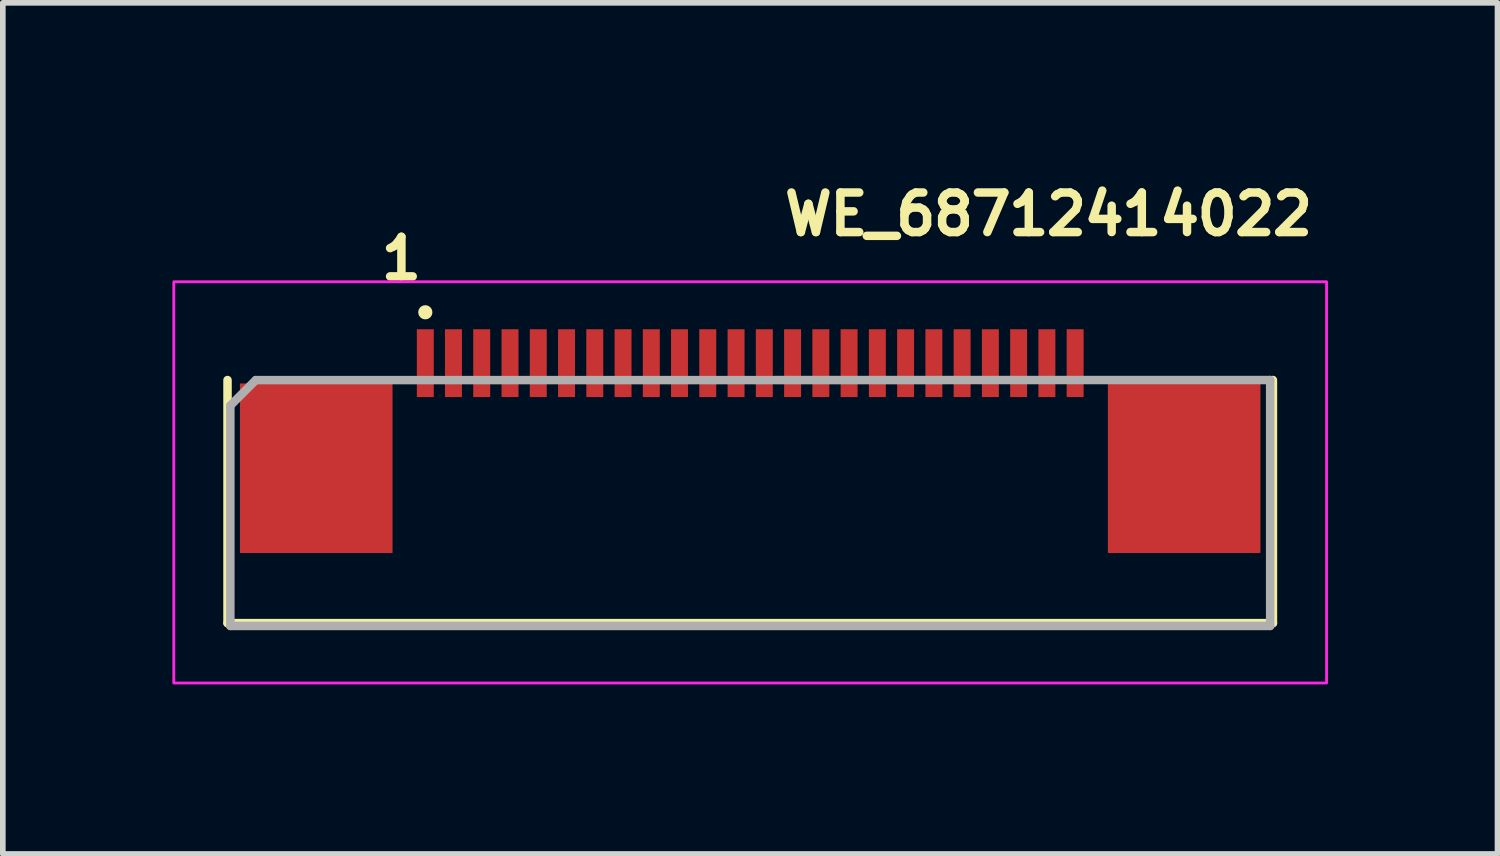
<source format=kicad_pcb>
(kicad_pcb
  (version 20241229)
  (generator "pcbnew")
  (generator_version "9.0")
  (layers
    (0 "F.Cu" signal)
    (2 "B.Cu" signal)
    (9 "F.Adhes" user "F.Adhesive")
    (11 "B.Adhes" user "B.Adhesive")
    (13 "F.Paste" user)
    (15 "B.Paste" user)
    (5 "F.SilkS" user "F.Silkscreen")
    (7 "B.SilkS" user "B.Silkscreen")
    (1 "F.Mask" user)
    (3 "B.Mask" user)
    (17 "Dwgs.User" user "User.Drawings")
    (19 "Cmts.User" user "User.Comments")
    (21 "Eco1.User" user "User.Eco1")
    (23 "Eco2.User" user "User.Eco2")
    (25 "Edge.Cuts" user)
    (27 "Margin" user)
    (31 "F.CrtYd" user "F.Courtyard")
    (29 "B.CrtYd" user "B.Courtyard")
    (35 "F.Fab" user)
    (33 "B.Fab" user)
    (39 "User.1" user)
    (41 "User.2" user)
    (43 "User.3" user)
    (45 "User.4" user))
  (footprint "WE_68712414022"
    (layer "F.Cu")
    (at 4.476 3.376)
    (property "Reference" "WE_68712414022" (at 6.28 -2.226 0) (layer "F.SilkS") (effects (font (size 0.7 0.7) (thickness 0.15)) (justify left bottom)))
    (attr smd)
    (fp_line (start -3.5 0.299) (end -3.5 4.6) (stroke (width 0.15) (type solid)) (layer "F.SilkS"))
    (fp_line (start -3.5 4.6) (end 14.999 4.6) (stroke (width 0.15) (type solid)) (layer "F.SilkS"))
    (fp_line (start 14.999 4.6) (end 14.999 0.299) (stroke (width 0.15) (type solid)) (layer "F.SilkS"))
    (fp_circle (center 0 -0.9) (end 0.05 -0.9) (stroke (width 0.15) (type solid)) (fill yes) (layer "F.SilkS"))
    (fp_rect (start -4.451 -1.44) (end 15.948 5.66) (stroke (width 0.05) (type solid)) (fill no) (layer "F.CrtYd"))
    (fp_line (start -3.45 0.75) (end -3 0.3) (stroke (width 0.15) (type solid)) (layer "F.Fab"))
    (fp_line (start -3.45 4.65) (end -3.45 0.75) (stroke (width 0.15) (type solid)) (layer "F.Fab"))
    (fp_line (start 14.95 0.299) (end -3 0.3) (stroke (width 0.15) (type solid)) (layer "F.Fab"))
    (fp_line (start 14.95 0.299) (end 14.95 4.65) (stroke (width 0.15) (type solid)) (layer "F.Fab"))
    (fp_line (start 14.95 4.65) (end -3.45 4.65) (stroke (width 0.15) (type solid)) (layer "F.Fab"))
    (fp_rect (start -3.451 -0.44) (end 14.948 4.66) (stroke (width 0.1) (type solid)) (fill no) (layer "User.5"))
    (fp_line (start -3.451 3.359) (end -0.551 3.359) (stroke (width 0.02) (type solid)) (layer "User.9"))
    (fp_line (start -3.451 4.56) (end -3.451 3.359) (stroke (width 0.02) (type solid)) (layer "User.9"))
    (fp_line (start -3.451 4.563) (end -3.451 4.56) (stroke (width 0.02) (type solid)) (layer "User.9"))
    (fp_line (start -3.451 4.563) (end -3.451 4.56) (stroke (width 0.02) (type solid)) (layer "User.9"))
    (fp_line (start -3.451 4.568) (end -3.451 4.563) (stroke (width 0.02) (type solid)) (layer "User.9"))
    (fp_line (start -3.451 4.568) (end -3.451 4.563) (stroke (width 0.02) (type solid)) (layer "User.9"))
    (fp_line (start -3.451 4.573) (end -3.451 4.568) (stroke (width 0.02) (type solid)) (layer "User.9"))
    (fp_line (start -3.451 4.573) (end -3.451 4.568) (stroke (width 0.02) (type solid)) (layer "User.9"))
    (fp_line (start -3.45 4.578) (end -3.451 4.573) (stroke (width 0.02) (type solid)) (layer "User.9"))
    (fp_line (start -3.45 4.578) (end -3.451 4.573) (stroke (width 0.02) (type solid)) (layer "User.9"))
    (fp_line (start -3.448 4.584) (end -3.45 4.578) (stroke (width 0.02) (type solid)) (layer "User.9"))
    (fp_line (start -3.448 4.584) (end -3.45 4.578) (stroke (width 0.02) (type solid)) (layer "User.9"))
    (fp_line (start -3.447 4.589) (end -3.448 4.584) (stroke (width 0.02) (type solid)) (layer "User.9"))
    (fp_line (start -3.447 4.589) (end -3.448 4.584) (stroke (width 0.02) (type solid)) (layer "User.9"))
    (fp_line (start -3.446 4.592) (end -3.447 4.589) (stroke (width 0.02) (type solid)) (layer "User.9"))
    (fp_line (start -3.446 4.592) (end -3.447 4.589) (stroke (width 0.02) (type solid)) (layer "User.9"))
    (fp_line (start -3.443 4.597) (end -3.446 4.592) (stroke (width 0.02) (type solid)) (layer "User.9"))
    (fp_line (start -3.443 4.597) (end -3.446 4.592) (stroke (width 0.02) (type solid)) (layer "User.9"))
    (fp_line (start -3.442 4.602) (end -3.443 4.597) (stroke (width 0.02) (type solid)) (layer "User.9"))
    (fp_line (start -3.442 4.602) (end -3.443 4.597) (stroke (width 0.02) (type solid)) (layer "User.9"))
    (fp_line (start -3.439 4.607) (end -3.442 4.602) (stroke (width 0.02) (type solid)) (layer "User.9"))
    (fp_line (start -3.439 4.607) (end -3.442 4.602) (stroke (width 0.02) (type solid)) (layer "User.9"))
    (fp_line (start -3.436 4.61) (end -3.439 4.607) (stroke (width 0.02) (type solid)) (layer "User.9"))
    (fp_line (start -3.436 4.61) (end -3.439 4.607) (stroke (width 0.02) (type solid)) (layer "User.9"))
    (fp_line (start -3.434 4.615) (end -3.436 4.61) (stroke (width 0.02) (type solid)) (layer "User.9"))
    (fp_line (start -3.434 4.615) (end -3.436 4.61) (stroke (width 0.02) (type solid)) (layer "User.9"))
    (fp_line (start -3.431 4.618) (end -3.434 4.615) (stroke (width 0.02) (type solid)) (layer "User.9"))
    (fp_line (start -3.431 4.618) (end -3.434 4.615) (stroke (width 0.02) (type solid)) (layer "User.9"))
    (fp_line (start -3.428 4.623) (end -3.431 4.618) (stroke (width 0.02) (type solid)) (layer "User.9"))
    (fp_line (start -3.428 4.623) (end -3.431 4.618) (stroke (width 0.02) (type solid)) (layer "User.9"))
    (fp_line (start -3.424 4.626) (end -3.428 4.623) (stroke (width 0.02) (type solid)) (layer "User.9"))
    (fp_line (start -3.424 4.626) (end -3.428 4.623) (stroke (width 0.02) (type solid)) (layer "User.9"))
    (fp_line (start -3.422 4.629) (end -3.424 4.626) (stroke (width 0.02) (type solid)) (layer "User.9"))
    (fp_line (start -3.422 4.629) (end -3.424 4.626) (stroke (width 0.02) (type solid)) (layer "User.9"))
    (fp_line (start -3.418 4.632) (end -3.422 4.629) (stroke (width 0.02) (type solid)) (layer "User.9"))
    (fp_line (start -3.418 4.632) (end -3.422 4.629) (stroke (width 0.02) (type solid)) (layer "User.9"))
    (fp_line (start -3.415 4.637) (end -3.418 4.632) (stroke (width 0.02) (type solid)) (layer "User.9"))
    (fp_line (start -3.415 4.637) (end -3.418 4.632) (stroke (width 0.02) (type solid)) (layer "User.9"))
    (fp_line (start -3.411 4.639) (end -3.415 4.637) (stroke (width 0.02) (type solid)) (layer "User.9"))
    (fp_line (start -3.411 4.639) (end -3.415 4.637) (stroke (width 0.02) (type solid)) (layer "User.9"))
    (fp_line (start -3.407 4.642) (end -3.411 4.639) (stroke (width 0.02) (type solid)) (layer "User.9"))
    (fp_line (start -3.407 4.642) (end -3.411 4.639) (stroke (width 0.02) (type solid)) (layer "User.9"))
    (fp_line (start -3.403 4.645) (end -3.407 4.642) (stroke (width 0.02) (type solid)) (layer "User.9"))
    (fp_line (start -3.403 4.645) (end -3.407 4.642) (stroke (width 0.02) (type solid)) (layer "User.9"))
    (fp_line (start -3.399 4.647) (end -3.403 4.645) (stroke (width 0.02) (type solid)) (layer "User.9"))
    (fp_line (start -3.399 4.647) (end -3.403 4.645) (stroke (width 0.02) (type solid)) (layer "User.9"))
    (fp_line (start -3.394 4.65) (end -3.399 4.647) (stroke (width 0.02) (type solid)) (layer "User.9"))
    (fp_line (start -3.394 4.65) (end -3.399 4.647) (stroke (width 0.02) (type solid)) (layer "User.9"))
    (fp_line (start -3.39 4.652) (end -3.394 4.65) (stroke (width 0.02) (type solid)) (layer "User.9"))
    (fp_line (start -3.39 4.652) (end -3.394 4.65) (stroke (width 0.02) (type solid)) (layer "User.9"))
    (fp_line (start -3.384 4.653) (end -3.39 4.652) (stroke (width 0.02) (type solid)) (layer "User.9"))
    (fp_line (start -3.384 4.653) (end -3.39 4.652) (stroke (width 0.02) (type solid)) (layer "User.9"))
    (fp_line (start -3.38 4.655) (end -3.384 4.653) (stroke (width 0.02) (type solid)) (layer "User.9"))
    (fp_line (start -3.38 4.655) (end -3.384 4.653) (stroke (width 0.02) (type solid)) (layer "User.9"))
    (fp_line (start -3.375 4.656) (end -3.38 4.655) (stroke (width 0.02) (type solid)) (layer "User.9"))
    (fp_line (start -3.375 4.656) (end -3.38 4.655) (stroke (width 0.02) (type solid)) (layer "User.9"))
    (fp_line (start -3.371 4.658) (end -3.375 4.656) (stroke (width 0.02) (type solid)) (layer "User.9"))
    (fp_line (start -3.371 4.658) (end -3.375 4.656) (stroke (width 0.02) (type solid)) (layer "User.9"))
    (fp_line (start -3.366 4.658) (end -3.371 4.658) (stroke (width 0.02) (type solid)) (layer "User.9"))
    (fp_line (start -3.366 4.658) (end -3.371 4.658) (stroke (width 0.02) (type solid)) (layer "User.9"))
    (fp_line (start -3.36 4.658) (end -3.366 4.658) (stroke (width 0.02) (type solid)) (layer "User.9"))
    (fp_line (start -3.36 4.658) (end -3.366 4.658) (stroke (width 0.02) (type solid)) (layer "User.9"))
    (fp_line (start -3.355 4.658) (end -3.36 4.658) (stroke (width 0.02) (type solid)) (layer "User.9"))
    (fp_line (start -3.355 4.658) (end -3.36 4.658) (stroke (width 0.02) (type solid)) (layer "User.9"))
    (fp_line (start -3.351 4.66) (end -3.355 4.658) (stroke (width 0.02) (type solid)) (layer "User.9"))
    (fp_line (start -3.351 4.66) (end -3.355 4.658) (stroke (width 0.02) (type solid)) (layer "User.9"))
    (fp_line (start -3.351 4.66) (end -0.652 4.66) (stroke (width 0.02) (type solid)) (layer "User.9"))
    (fp_line (start -3.282 0.858) (end -3.281 0.862) (stroke (width 0.02) (type solid)) (layer "User.9"))
    (fp_line (start -3.282 1.751) (end -3.282 1.755) (stroke (width 0.02) (type solid)) (layer "User.9"))
    (fp_line (start -3.282 1.755) (end -3.282 1.759) (stroke (width 0.02) (type solid)) (layer "User.9"))
    (fp_line (start -3.282 1.759) (end -3.282 1.765) (stroke (width 0.02) (type solid)) (layer "User.9"))
    (fp_line (start -3.282 1.765) (end -3.281 1.769) (stroke (width 0.02) (type solid)) (layer "User.9"))
    (fp_line (start -3.281 0.848) (end -3.281 0.848) (stroke (width 0.02) (type solid)) (layer "User.9"))
    (fp_line (start -3.281 0.848) (end -3.281 0.853) (stroke (width 0.02) (type solid)) (layer "User.9"))
    (fp_line (start -3.281 0.853) (end -3.282 0.858) (stroke (width 0.02) (type solid)) (layer "User.9"))
    (fp_line (start -3.281 0.862) (end -3.281 0.867) (stroke (width 0.02) (type solid)) (layer "User.9"))
    (fp_line (start -3.281 0.867) (end -3.281 0.872) (stroke (width 0.02) (type solid)) (layer "User.9"))
    (fp_line (start -3.281 0.872) (end -3.279 0.876) (stroke (width 0.02) (type solid)) (layer "User.9"))
    (fp_line (start -3.281 1.745) (end -3.282 1.751) (stroke (width 0.02) (type solid)) (layer "User.9"))
    (fp_line (start -3.281 1.769) (end -3.281 1.769) (stroke (width 0.02) (type solid)) (layer "User.9"))
    (fp_line (start -3.281 1.769) (end -3.281 1.773) (stroke (width 0.02) (type solid)) (layer "User.9"))
    (fp_line (start -3.281 1.773) (end -3.279 1.779) (stroke (width 0.02) (type solid)) (layer "User.9"))
    (fp_line (start -3.279 0.839) (end -3.279 0.843) (stroke (width 0.02) (type solid)) (layer "User.9"))
    (fp_line (start -3.279 0.843) (end -3.281 0.848) (stroke (width 0.02) (type solid)) (layer "User.9"))
    (fp_line (start -3.279 0.876) (end -3.278 0.881) (stroke (width 0.02) (type solid)) (layer "User.9"))
    (fp_line (start -3.279 1.737) (end -3.279 1.741) (stroke (width 0.02) (type solid)) (layer "User.9"))
    (fp_line (start -3.279 1.741) (end -3.281 1.745) (stroke (width 0.02) (type solid)) (layer "User.9"))
    (fp_line (start -3.279 1.779) (end -3.278 1.783) (stroke (width 0.02) (type solid)) (layer "User.9"))
    (fp_line (start -3.278 0.834) (end -3.279 0.839) (stroke (width 0.02) (type solid)) (layer "User.9"))
    (fp_line (start -3.278 0.881) (end -3.278 0.885) (stroke (width 0.02) (type solid)) (layer "User.9"))
    (fp_line (start -3.278 0.885) (end -3.277 0.89) (stroke (width 0.02) (type solid)) (layer "User.9"))
    (fp_line (start -3.278 1.733) (end -3.279 1.737) (stroke (width 0.02) (type solid)) (layer "User.9"))
    (fp_line (start -3.278 1.783) (end -3.278 1.787) (stroke (width 0.02) (type solid)) (layer "User.9"))
    (fp_line (start -3.278 1.787) (end -3.275 1.792) (stroke (width 0.02) (type solid)) (layer "User.9"))
    (fp_line (start -3.277 0.831) (end -3.278 0.834) (stroke (width 0.02) (type solid)) (layer "User.9"))
    (fp_line (start -3.277 0.89) (end -3.274 0.894) (stroke (width 0.02) (type solid)) (layer "User.9"))
    (fp_line (start -3.277 1.727) (end -3.278 1.733) (stroke (width 0.02) (type solid)) (layer "User.9"))
    (fp_line (start -3.275 0.826) (end -3.277 0.831) (stroke (width 0.02) (type solid)) (layer "User.9"))
    (fp_line (start -3.275 1.723) (end -3.277 1.727) (stroke (width 0.02) (type solid)) (layer "User.9"))
    (fp_line (start -3.275 1.792) (end -3.274 1.796) (stroke (width 0.02) (type solid)) (layer "User.9"))
    (fp_line (start -3.274 0.822) (end -3.275 0.826) (stroke (width 0.02) (type solid)) (layer "User.9"))
    (fp_line (start -3.274 0.894) (end -3.273 0.899) (stroke (width 0.02) (type solid)) (layer "User.9"))
    (fp_line (start -3.274 1.719) (end -3.275 1.723) (stroke (width 0.02) (type solid)) (layer "User.9"))
    (fp_line (start -3.274 1.796) (end -3.273 1.8) (stroke (width 0.02) (type solid)) (layer "User.9"))
    (fp_line (start -3.273 0.899) (end -3.271 0.903) (stroke (width 0.02) (type solid)) (layer "User.9"))
    (fp_line (start -3.273 1.8) (end -3.27 1.804) (stroke (width 0.02) (type solid)) (layer "User.9"))
    (fp_line (start -3.271 0.818) (end -3.274 0.822) (stroke (width 0.02) (type solid)) (layer "User.9"))
    (fp_line (start -3.271 0.903) (end -3.269 0.907) (stroke (width 0.02) (type solid)) (layer "User.9"))
    (fp_line (start -3.271 1.715) (end -3.274 1.719) (stroke (width 0.02) (type solid)) (layer "User.9"))
    (fp_line (start -3.27 0.814) (end -3.271 0.818) (stroke (width 0.02) (type solid)) (layer "User.9"))
    (fp_line (start -3.27 1.711) (end -3.271 1.715) (stroke (width 0.02) (type solid)) (layer "User.9"))
    (fp_line (start -3.27 1.804) (end -3.269 1.808) (stroke (width 0.02) (type solid)) (layer "User.9"))
    (fp_line (start -3.269 0.907) (end -3.266 0.911) (stroke (width 0.02) (type solid)) (layer "User.9"))
    (fp_line (start -3.269 1.808) (end -3.266 1.812) (stroke (width 0.02) (type solid)) (layer "User.9"))
    (fp_line (start -3.267 0.81) (end -3.27 0.814) (stroke (width 0.02) (type solid)) (layer "User.9"))
    (fp_line (start -3.267 1.707) (end -3.27 1.711) (stroke (width 0.02) (type solid)) (layer "User.9"))
    (fp_line (start -3.266 0.806) (end -3.267 0.81) (stroke (width 0.02) (type solid)) (layer "User.9"))
    (fp_line (start -3.266 0.911) (end -3.265 0.915) (stroke (width 0.02) (type solid)) (layer "User.9"))
    (fp_line (start -3.266 1.812) (end -3.263 1.816) (stroke (width 0.02) (type solid)) (layer "User.9"))
    (fp_line (start -3.265 0.915) (end -3.262 0.919) (stroke (width 0.02) (type solid)) (layer "User.9"))
    (fp_line (start -3.265 1.703) (end -3.267 1.707) (stroke (width 0.02) (type solid)) (layer "User.9"))
    (fp_line (start -3.263 1.816) (end -3.261 1.82) (stroke (width 0.02) (type solid)) (layer "User.9"))
    (fp_line (start -3.262 0.802) (end -3.266 0.806) (stroke (width 0.02) (type solid)) (layer "User.9"))
    (fp_line (start -3.262 0.919) (end -3.259 0.922) (stroke (width 0.02) (type solid)) (layer "User.9"))
    (fp_line (start -3.262 1.699) (end -3.265 1.703) (stroke (width 0.02) (type solid)) (layer "User.9"))
    (fp_line (start -3.261 0.798) (end -3.262 0.802) (stroke (width 0.02) (type solid)) (layer "User.9"))
    (fp_line (start -3.261 1.82) (end -3.258 1.824) (stroke (width 0.02) (type solid)) (layer "User.9"))
    (fp_line (start -3.259 0.922) (end -3.257 0.926) (stroke (width 0.02) (type solid)) (layer "User.9"))
    (fp_line (start -3.259 1.697) (end -3.262 1.699) (stroke (width 0.02) (type solid)) (layer "User.9"))
    (fp_line (start -3.258 0.795) (end -3.261 0.798) (stroke (width 0.02) (type solid)) (layer "User.9"))
    (fp_line (start -3.258 1.824) (end -3.254 1.826) (stroke (width 0.02) (type solid)) (layer "User.9"))
    (fp_line (start -3.257 0.926) (end -3.254 0.929) (stroke (width 0.02) (type solid)) (layer "User.9"))
    (fp_line (start -3.257 1.693) (end -3.259 1.697) (stroke (width 0.02) (type solid)) (layer "User.9"))
    (fp_line (start -3.254 0.792) (end -3.258 0.795) (stroke (width 0.02) (type solid)) (layer "User.9"))
    (fp_line (start -3.254 0.929) (end -3.25 0.932) (stroke (width 0.02) (type solid)) (layer "User.9"))
    (fp_line (start -3.254 1.689) (end -3.257 1.693) (stroke (width 0.02) (type solid)) (layer "User.9"))
    (fp_line (start -3.254 1.826) (end -3.251 1.83) (stroke (width 0.02) (type solid)) (layer "User.9"))
    (fp_line (start -3.251 0.788) (end -3.254 0.792) (stroke (width 0.02) (type solid)) (layer "User.9"))
    (fp_line (start -3.251 1.83) (end -3.249 1.834) (stroke (width 0.02) (type solid)) (layer "User.9"))
    (fp_line (start -3.25 0.932) (end -3.246 0.935) (stroke (width 0.02) (type solid)) (layer "User.9"))
    (fp_line (start -3.25 1.687) (end -3.254 1.689) (stroke (width 0.02) (type solid)) (layer "User.9"))
    (fp_line (start -3.249 1.834) (end -3.246 1.836) (stroke (width 0.02) (type solid)) (layer "User.9"))
    (fp_line (start -3.247 0.785) (end -3.251 0.788) (stroke (width 0.02) (type solid)) (layer "User.9"))
    (fp_line (start -3.246 0.935) (end -3.243 0.938) (stroke (width 0.02) (type solid)) (layer "User.9"))
    (fp_line (start -3.246 1.683) (end -3.25 1.687) (stroke (width 0.02) (type solid)) (layer "User.9"))
    (fp_line (start -3.246 1.836) (end -3.242 1.838) (stroke (width 0.02) (type solid)) (layer "User.9"))
    (fp_line (start -3.245 0.782) (end -3.247 0.785) (stroke (width 0.02) (type solid)) (layer "User.9"))
    (fp_line (start -3.243 0.938) (end -3.239 0.941) (stroke (width 0.02) (type solid)) (layer "User.9"))
    (fp_line (start -3.243 1.681) (end -3.246 1.683) (stroke (width 0.02) (type solid)) (layer "User.9"))
    (fp_line (start -3.242 0.78) (end -3.245 0.782) (stroke (width 0.02) (type solid)) (layer "User.9"))
    (fp_line (start -3.242 1.838) (end -3.238 1.842) (stroke (width 0.02) (type solid)) (layer "User.9"))
    (fp_line (start -3.239 0.941) (end -3.235 0.943) (stroke (width 0.02) (type solid)) (layer "User.9"))
    (fp_line (start -3.239 1.677) (end -3.243 1.681) (stroke (width 0.02) (type solid)) (layer "User.9"))
    (fp_line (start -3.238 0.777) (end -3.242 0.78) (stroke (width 0.02) (type solid)) (layer "User.9"))
    (fp_line (start -3.238 1.842) (end -3.234 1.844) (stroke (width 0.02) (type solid)) (layer "User.9"))
    (fp_line (start -3.237 1.675) (end -3.239 1.677) (stroke (width 0.02) (type solid)) (layer "User.9"))
    (fp_line (start -3.235 0.943) (end -3.231 0.946) (stroke (width 0.02) (type solid)) (layer "User.9"))
    (fp_line (start -3.234 0.774) (end -3.238 0.777) (stroke (width 0.02) (type solid)) (layer "User.9"))
    (fp_line (start -3.234 1.844) (end -3.23 1.846) (stroke (width 0.02) (type solid)) (layer "User.9"))
    (fp_line (start -3.233 1.673) (end -3.237 1.675) (stroke (width 0.02) (type solid)) (layer "User.9"))
    (fp_line (start -3.231 0.946) (end -3.227 0.948) (stroke (width 0.02) (type solid)) (layer "User.9"))
    (fp_line (start -3.23 0.772) (end -3.234 0.774) (stroke (width 0.02) (type solid)) (layer "User.9"))
    (fp_line (start -3.23 1.846) (end -3.226 1.848) (stroke (width 0.02) (type solid)) (layer "User.9"))
    (fp_line (start -3.229 1.671) (end -3.233 1.673) (stroke (width 0.02) (type solid)) (layer "User.9"))
    (fp_line (start -3.227 0.948) (end -3.223 0.95) (stroke (width 0.02) (type solid)) (layer "User.9"))
    (fp_line (start -3.226 0.77) (end -3.23 0.772) (stroke (width 0.02) (type solid)) (layer "User.9"))
    (fp_line (start -3.226 1.848) (end -3.222 1.85) (stroke (width 0.02) (type solid)) (layer "User.9"))
    (fp_line (start -3.225 1.669) (end -3.229 1.671) (stroke (width 0.02) (type solid)) (layer "User.9"))
    (fp_line (start -3.223 0.95) (end -3.219 0.952) (stroke (width 0.02) (type solid)) (layer "User.9"))
    (fp_line (start -3.222 0.768) (end -3.226 0.77) (stroke (width 0.02) (type solid)) (layer "User.9"))
    (fp_line (start -3.222 1.85) (end -3.218 1.852) (stroke (width 0.02) (type solid)) (layer "User.9"))
    (fp_line (start -3.219 0.952) (end -3.215 0.954) (stroke (width 0.02) (type solid)) (layer "User.9"))
    (fp_line (start -3.219 1.667) (end -3.225 1.669) (stroke (width 0.02) (type solid)) (layer "User.9"))
    (fp_line (start -3.218 0.765) (end -3.222 0.768) (stroke (width 0.02) (type solid)) (layer "User.9"))
    (fp_line (start -3.218 1.852) (end -3.214 1.854) (stroke (width 0.02) (type solid)) (layer "User.9"))
    (fp_line (start -3.215 0.954) (end -3.21 0.955) (stroke (width 0.02) (type solid)) (layer "User.9"))
    (fp_line (start -3.215 1.665) (end -3.219 1.667) (stroke (width 0.02) (type solid)) (layer "User.9"))
    (fp_line (start -3.214 0.764) (end -3.218 0.765) (stroke (width 0.02) (type solid)) (layer "User.9"))
    (fp_line (start -3.214 1.854) (end -3.21 1.856) (stroke (width 0.02) (type solid)) (layer "User.9"))
    (fp_line (start -3.211 1.664) (end -3.215 1.665) (stroke (width 0.02) (type solid)) (layer "User.9"))
    (fp_line (start -3.21 0.955) (end -3.206 0.956) (stroke (width 0.02) (type solid)) (layer "User.9"))
    (fp_line (start -3.21 1.856) (end -3.205 1.856) (stroke (width 0.02) (type solid)) (layer "User.9"))
    (fp_line (start -3.209 0.762) (end -3.214 0.764) (stroke (width 0.02) (type solid)) (layer "User.9"))
    (fp_line (start -3.206 0.956) (end -3.202 0.957) (stroke (width 0.02) (type solid)) (layer "User.9"))
    (fp_line (start -3.206 1.662) (end -3.211 1.664) (stroke (width 0.02) (type solid)) (layer "User.9"))
    (fp_line (start -3.205 0.761) (end -3.209 0.762) (stroke (width 0.02) (type solid)) (layer "User.9"))
    (fp_line (start -3.205 1.856) (end -3.201 1.858) (stroke (width 0.02) (type solid)) (layer "User.9"))
    (fp_line (start -3.202 0.957) (end -2.902 1.019) (stroke (width 0.02) (type solid)) (layer "User.9"))
    (fp_line (start -3.202 1.662) (end -3.206 1.662) (stroke (width 0.02) (type solid)) (layer "User.9"))
    (fp_line (start -3.201 1.858) (end -3.196 1.858) (stroke (width 0.02) (type solid)) (layer "User.9"))
    (fp_line (start -3.2 0.76) (end -3.205 0.761) (stroke (width 0.02) (type solid)) (layer "User.9"))
    (fp_line (start -3.196 0.76) (end -3.2 0.76) (stroke (width 0.02) (type solid)) (layer "User.9"))
    (fp_line (start -3.196 1.858) (end -3.192 1.858) (stroke (width 0.02) (type solid)) (layer "User.9"))
    (fp_line (start -3.192 1.858) (end -3.186 1.858) (stroke (width 0.02) (type solid)) (layer "User.9"))
    (fp_line (start -3.19 0.759) (end -3.196 0.76) (stroke (width 0.02) (type solid)) (layer "User.9"))
    (fp_line (start -3.186 1.858) (end -3.181 1.86) (stroke (width 0.02) (type solid)) (layer "User.9"))
    (fp_line (start -3.185 0.759) (end -3.19 0.759) (stroke (width 0.02) (type solid)) (layer "User.9"))
    (fp_line (start -3.181 0.758) (end -3.185 0.759) (stroke (width 0.02) (type solid)) (layer "User.9"))
    (fp_line (start -3.181 0.758) (end -2.902 0.758) (stroke (width 0.02) (type solid)) (layer "User.9"))
    (fp_line (start -3.181 1.86) (end -2.902 1.86) (stroke (width 0.02) (type solid)) (layer "User.9"))
    (fp_line (start -3.152 3.359) (end -3.138 3.358) (stroke (width 0.02) (type solid)) (layer "User.9"))
    (fp_line (start -3.138 3.358) (end -3.126 3.358) (stroke (width 0.02) (type solid)) (layer "User.9"))
    (fp_line (start -3.126 3.358) (end -3.114 3.357) (stroke (width 0.02) (type solid)) (layer "User.9"))
    (fp_line (start -3.114 3.357) (end -3.102 3.354) (stroke (width 0.02) (type solid)) (layer "User.9"))
    (fp_line (start -3.102 3.354) (end -3.09 3.351) (stroke (width 0.02) (type solid)) (layer "User.9"))
    (fp_line (start -3.09 3.351) (end -3.078 3.347) (stroke (width 0.02) (type solid)) (layer "User.9"))
    (fp_line (start -3.078 3.347) (end -3.067 3.345) (stroke (width 0.02) (type solid)) (layer "User.9"))
    (fp_line (start -3.067 3.345) (end -3.056 3.339) (stroke (width 0.02) (type solid)) (layer "User.9"))
    (fp_line (start -3.056 3.339) (end -3.044 3.334) (stroke (width 0.02) (type solid)) (layer "User.9"))
    (fp_line (start -3.044 3.334) (end -3.033 3.33) (stroke (width 0.02) (type solid)) (layer "User.9"))
    (fp_line (start -3.033 3.33) (end -3.023 3.324) (stroke (width 0.02) (type solid)) (layer "User.9"))
    (fp_line (start -3.023 3.324) (end -3.012 3.317) (stroke (width 0.02) (type solid)) (layer "User.9"))
    (fp_line (start -3.012 3.317) (end -3.003 3.309) (stroke (width 0.02) (type solid)) (layer "User.9"))
    (fp_line (start -3.003 3.309) (end -2.992 3.302) (stroke (width 0.02) (type solid)) (layer "User.9"))
    (fp_line (start -2.992 3.302) (end -2.984 3.294) (stroke (width 0.02) (type solid)) (layer "User.9"))
    (fp_line (start -2.984 3.294) (end -2.975 3.285) (stroke (width 0.02) (type solid)) (layer "User.9"))
    (fp_line (start -2.975 3.285) (end -2.975 3.285) (stroke (width 0.02) (type solid)) (layer "User.9"))
    (fp_line (start -2.975 3.285) (end -2.965 3.277) (stroke (width 0.02) (type solid)) (layer "User.9"))
    (fp_line (start -2.965 3.277) (end -2.957 3.268) (stroke (width 0.02) (type solid)) (layer "User.9"))
    (fp_line (start -2.957 3.268) (end -2.951 3.257) (stroke (width 0.02) (type solid)) (layer "User.9"))
    (fp_line (start -2.951 3.257) (end -2.943 3.248) (stroke (width 0.02) (type solid)) (layer "User.9"))
    (fp_line (start -2.943 3.248) (end -2.936 3.237) (stroke (width 0.02) (type solid)) (layer "User.9"))
    (fp_line (start -2.936 3.237) (end -2.931 3.226) (stroke (width 0.02) (type solid)) (layer "User.9"))
    (fp_line (start -2.931 3.226) (end -2.926 3.216) (stroke (width 0.02) (type solid)) (layer "User.9"))
    (fp_line (start -2.926 3.216) (end -2.92 3.205) (stroke (width 0.02) (type solid)) (layer "User.9"))
    (fp_line (start -2.92 3.205) (end -2.915 3.193) (stroke (width 0.02) (type solid)) (layer "User.9"))
    (fp_line (start -2.915 3.193) (end -2.912 3.181) (stroke (width 0.02) (type solid)) (layer "User.9"))
    (fp_line (start -2.912 3.181) (end -2.908 3.169) (stroke (width 0.02) (type solid)) (layer "User.9"))
    (fp_line (start -2.908 3.169) (end -2.907 3.157) (stroke (width 0.02) (type solid)) (layer "User.9"))
    (fp_line (start -2.907 3.157) (end -2.903 3.145) (stroke (width 0.02) (type solid)) (layer "User.9"))
    (fp_line (start -2.903 3.133) (end -2.902 3.121) (stroke (width 0.02) (type solid)) (layer "User.9"))
    (fp_line (start -2.903 3.145) (end -2.903 3.133) (stroke (width 0.02) (type solid)) (layer "User.9"))
    (fp_line (start -2.902 0.359) (end -2.451 0.359) (stroke (width 0.02) (type solid)) (layer "User.9"))
    (fp_line (start -2.902 1.259) (end -2.902 0.359) (stroke (width 0.02) (type solid)) (layer "User.9"))
    (fp_line (start -2.902 1.259) (end -2.902 3.109) (stroke (width 0.02) (type solid)) (layer "User.9"))
    (fp_line (start -2.902 1.598) (end -3.202 1.662) (stroke (width 0.02) (type solid)) (layer "User.9"))
    (fp_line (start -2.902 3.121) (end -2.902 3.109) (stroke (width 0.02) (type solid)) (layer "User.9"))
    (fp_line (start -2.451 0.359) (end -2.451 3.359) (stroke (width 0.02) (type solid)) (layer "User.9"))
    (fp_line (start -2.451 0.359) (end -1.68 0.359) (stroke (width 0.02) (type solid)) (layer "User.9"))
    (fp_line (start -2.451 1.259) (end -2.902 1.259) (stroke (width 0.02) (type solid)) (layer "User.9"))
    (fp_line (start -2.281 2.859) (end -2.281 0.758) (stroke (width 0.02) (type solid)) (layer "User.9"))
    (fp_line (start -1.881 1.4) (end -1.879 1.39) (stroke (width 0.02) (type solid)) (layer "User.9"))
    (fp_line (start -1.881 1.409) (end -1.881 1.4) (stroke (width 0.02) (type solid)) (layer "User.9"))
    (fp_line (start -1.881 1.419) (end -1.881 1.409) (stroke (width 0.02) (type solid)) (layer "User.9"))
    (fp_line (start -1.879 1.38) (end -1.875 1.37) (stroke (width 0.02) (type solid)) (layer "User.9"))
    (fp_line (start -1.879 1.39) (end -1.879 1.38) (stroke (width 0.02) (type solid)) (layer "User.9"))
    (fp_line (start -1.879 1.429) (end -1.881 1.419) (stroke (width 0.02) (type solid)) (layer "User.9"))
    (fp_line (start -1.879 1.437) (end -1.879 1.429) (stroke (width 0.02) (type solid)) (layer "User.9"))
    (fp_line (start -1.875 1.37) (end -1.873 1.362) (stroke (width 0.02) (type solid)) (layer "User.9"))
    (fp_line (start -1.875 1.447) (end -1.879 1.437) (stroke (width 0.02) (type solid)) (layer "User.9"))
    (fp_line (start -1.873 1.362) (end -1.869 1.352) (stroke (width 0.02) (type solid)) (layer "User.9"))
    (fp_line (start -1.873 1.457) (end -1.875 1.447) (stroke (width 0.02) (type solid)) (layer "User.9"))
    (fp_line (start -1.869 1.352) (end -1.865 1.342) (stroke (width 0.02) (type solid)) (layer "User.9"))
    (fp_line (start -1.869 1.467) (end -1.873 1.457) (stroke (width 0.02) (type solid)) (layer "User.9"))
    (fp_line (start -1.865 1.342) (end -1.861 1.334) (stroke (width 0.02) (type solid)) (layer "User.9"))
    (fp_line (start -1.865 1.475) (end -1.869 1.467) (stroke (width 0.02) (type solid)) (layer "User.9"))
    (fp_line (start -1.861 1.334) (end -1.861 1.334) (stroke (width 0.02) (type solid)) (layer "User.9"))
    (fp_line (start -1.861 1.334) (end -1.859 1.33) (stroke (width 0.02) (type solid)) (layer "User.9"))
    (fp_line (start -1.861 1.485) (end -1.865 1.475) (stroke (width 0.02) (type solid)) (layer "User.9"))
    (fp_line (start -1.861 1.485) (end -1.861 1.485) (stroke (width 0.02) (type solid)) (layer "User.9"))
    (fp_line (start -1.859 1.33) (end -1.855 1.326) (stroke (width 0.02) (type solid)) (layer "User.9"))
    (fp_line (start -1.855 1.326) (end -1.853 1.322) (stroke (width 0.02) (type solid)) (layer "User.9"))
    (fp_line (start -1.855 1.493) (end -1.861 1.485) (stroke (width 0.02) (type solid)) (layer "User.9"))
    (fp_line (start -1.853 1.322) (end -1.849 1.318) (stroke (width 0.02) (type solid)) (layer "User.9"))
    (fp_line (start -1.849 1.318) (end -1.847 1.314) (stroke (width 0.02) (type solid)) (layer "User.9"))
    (fp_line (start -1.849 1.501) (end -1.855 1.493) (stroke (width 0.02) (type solid)) (layer "User.9"))
    (fp_line (start -1.847 1.314) (end -1.843 1.31) (stroke (width 0.02) (type solid)) (layer "User.9"))
    (fp_line (start -1.843 1.31) (end -1.841 1.306) (stroke (width 0.02) (type solid)) (layer "User.9"))
    (fp_line (start -1.843 1.509) (end -1.849 1.501) (stroke (width 0.02) (type solid)) (layer "User.9"))
    (fp_line (start -1.841 1.306) (end -1.837 1.302) (stroke (width 0.02) (type solid)) (layer "User.9"))
    (fp_line (start -1.837 1.302) (end -1.833 1.3) (stroke (width 0.02) (type solid)) (layer "User.9"))
    (fp_line (start -1.837 1.515) (end -1.843 1.509) (stroke (width 0.02) (type solid)) (layer "User.9"))
    (fp_line (start -1.833 1.3) (end -1.829 1.296) (stroke (width 0.02) (type solid)) (layer "User.9"))
    (fp_line (start -1.829 1.296) (end -1.825 1.292) (stroke (width 0.02) (type solid)) (layer "User.9"))
    (fp_line (start -1.829 1.521) (end -1.837 1.515) (stroke (width 0.02) (type solid)) (layer "User.9"))
    (fp_line (start -1.825 1.292) (end -1.823 1.29) (stroke (width 0.02) (type solid)) (layer "User.9"))
    (fp_line (start -1.823 1.29) (end -1.819 1.286) (stroke (width 0.02) (type solid)) (layer "User.9"))
    (fp_line (start -1.823 1.529) (end -1.829 1.521) (stroke (width 0.02) (type solid)) (layer "User.9"))
    (fp_line (start -1.819 1.286) (end -1.815 1.284) (stroke (width 0.02) (type solid)) (layer "User.9"))
    (fp_line (start -1.815 1.284) (end -1.811 1.282) (stroke (width 0.02) (type solid)) (layer "User.9"))
    (fp_line (start -1.815 1.533) (end -1.823 1.529) (stroke (width 0.02) (type solid)) (layer "User.9"))
    (fp_line (start -1.811 1.282) (end -1.805 1.28) (stroke (width 0.02) (type solid)) (layer "User.9"))
    (fp_line (start -1.805 1.28) (end -1.801 1.277) (stroke (width 0.02) (type solid)) (layer "User.9"))
    (fp_line (start -1.805 1.538) (end -1.815 1.533) (stroke (width 0.02) (type solid)) (layer "User.9"))
    (fp_line (start -1.801 1.277) (end -1.797 1.275) (stroke (width 0.02) (type solid)) (layer "User.9"))
    (fp_line (start -1.797 1.275) (end -1.793 1.273) (stroke (width 0.02) (type solid)) (layer "User.9"))
    (fp_line (start -1.797 1.544) (end -1.805 1.538) (stroke (width 0.02) (type solid)) (layer "User.9"))
    (fp_line (start -1.793 1.273) (end -1.788 1.271) (stroke (width 0.02) (type solid)) (layer "User.9"))
    (fp_line (start -1.788 1.271) (end -1.784 1.269) (stroke (width 0.02) (type solid)) (layer "User.9"))
    (fp_line (start -1.788 1.548) (end -1.797 1.544) (stroke (width 0.02) (type solid)) (layer "User.9"))
    (fp_line (start -1.784 1.269) (end -1.78 1.267) (stroke (width 0.02) (type solid)) (layer "User.9"))
    (fp_line (start -1.78 1.267) (end -1.774 1.265) (stroke (width 0.02) (type solid)) (layer "User.9"))
    (fp_line (start -1.78 1.55) (end -1.788 1.548) (stroke (width 0.02) (type solid)) (layer "User.9"))
    (fp_line (start -1.774 1.265) (end -1.77 1.265) (stroke (width 0.02) (type solid)) (layer "User.9"))
    (fp_line (start -1.77 1.265) (end -1.766 1.263) (stroke (width 0.02) (type solid)) (layer "User.9"))
    (fp_line (start -1.77 1.554) (end -1.78 1.55) (stroke (width 0.02) (type solid)) (layer "User.9"))
    (fp_line (start -1.766 1.263) (end -1.76 1.261) (stroke (width 0.02) (type solid)) (layer "User.9"))
    (fp_line (start -1.76 1.261) (end -1.756 1.261) (stroke (width 0.02) (type solid)) (layer "User.9"))
    (fp_line (start -1.76 1.556) (end -1.77 1.554) (stroke (width 0.02) (type solid)) (layer "User.9"))
    (fp_line (start -1.756 1.261) (end -1.75 1.261) (stroke (width 0.02) (type solid)) (layer "User.9"))
    (fp_line (start -1.75 1.261) (end -1.746 1.259) (stroke (width 0.02) (type solid)) (layer "User.9"))
    (fp_line (start -1.75 1.558) (end -1.76 1.556) (stroke (width 0.02) (type solid)) (layer "User.9"))
    (fp_line (start -1.746 1.259) (end -1.74 1.259) (stroke (width 0.02) (type solid)) (layer "User.9"))
    (fp_line (start -1.74 1.259) (end -1.736 1.259) (stroke (width 0.02) (type solid)) (layer "User.9"))
    (fp_line (start -1.74 1.558) (end -1.75 1.558) (stroke (width 0.02) (type solid)) (layer "User.9"))
    (fp_line (start -1.736 1.259) (end -1.732 1.259) (stroke (width 0.02) (type solid)) (layer "User.9"))
    (fp_line (start -1.732 1.259) (end -1.192 1.259) (stroke (width 0.02) (type solid)) (layer "User.9"))
    (fp_line (start -1.732 1.56) (end -1.74 1.558) (stroke (width 0.02) (type solid)) (layer "User.9"))
    (fp_line (start -1.68 0.359) (end -1.532 0.508) (stroke (width 0.02) (type solid)) (layer "User.9"))
    (fp_line (start -1.532 0.508) (end -1.532 0.758) (stroke (width 0.02) (type solid)) (layer "User.9"))
    (fp_line (start -1.532 0.508) (end -1.381 0.66) (stroke (width 0.02) (type solid)) (layer "User.9"))
    (fp_line (start -1.532 1.259) (end -1.532 1.56) (stroke (width 0.02) (type solid)) (layer "User.9"))
    (fp_line (start -1.532 2.859) (end -1.532 2.959) (stroke (width 0.02) (type solid)) (layer "User.9"))
    (fp_line (start -1.532 2.959) (end -1.18 2.959) (stroke (width 0.02) (type solid)) (layer "User.9"))
    (fp_line (start -1.381 0.66) (end -1.381 0.758) (stroke (width 0.02) (type solid)) (layer "User.9"))
    (fp_line (start -1.381 1.259) (end -1.381 1.56) (stroke (width 0.02) (type solid)) (layer "User.9"))
    (fp_line (start -1.381 2.859) (end -1.381 2.959) (stroke (width 0.02) (type solid)) (layer "User.9"))
    (fp_line (start -1.192 0.758) (end -2.281 0.758) (stroke (width 0.02) (type solid)) (layer "User.9"))
    (fp_line (start -1.192 0.758) (end -0.981 0.758) (stroke (width 0.02) (type solid)) (layer "User.9"))
    (fp_line (start -1.192 1.56) (end -1.732 1.56) (stroke (width 0.02) (type solid)) (layer "User.9"))
    (fp_line (start -1.192 1.56) (end -0.981 1.56) (stroke (width 0.02) (type solid)) (layer "User.9"))
    (fp_line (start -1.192 2.859) (end -2.281 2.859) (stroke (width 0.02) (type solid)) (layer "User.9"))
    (fp_line (start -1.192 2.859) (end -0.981 2.859) (stroke (width 0.02) (type solid)) (layer "User.9"))
    (fp_line (start -1.18 0.56) (end -1.18 0.758) (stroke (width 0.02) (type solid)) (layer "User.9"))
    (fp_line (start -1.18 0.56) (end -0.981 0.56) (stroke (width 0.02) (type solid)) (layer "User.9"))
    (fp_line (start -1.18 2.959) (end -1.18 3.359) (stroke (width 0.02) (type solid)) (layer "User.9"))
    (fp_line (start -0.981 0.56) (end -0.981 0.758) (stroke (width 0.02) (type solid)) (layer "User.9"))
    (fp_line (start -0.981 0.859) (end -0.981 0.758) (stroke (width 0.02) (type solid)) (layer "User.9"))
    (fp_line (start -0.981 0.859) (end -0.981 0.758) (stroke (width 0.02) (type solid)) (layer "User.9"))
    (fp_line (start -0.981 0.859) (end -0.481 0.359) (stroke (width 0.02) (type solid)) (layer "User.9"))
    (fp_line (start -0.981 1.259) (end -1.192 1.259) (stroke (width 0.02) (type solid)) (layer "User.9"))
    (fp_line (start -0.981 3.359) (end -0.981 0.859) (stroke (width 0.02) (type solid)) (layer "User.9"))
    (fp_line (start -0.652 4.66) (end -0.647 4.658) (stroke (width 0.02) (type solid)) (layer "User.9"))
    (fp_line (start -0.652 4.66) (end -0.646 4.658) (stroke (width 0.02) (type solid)) (layer "User.9"))
    (fp_line (start -0.652 4.66) (end -0.551 4.66) (stroke (width 0.02) (type solid)) (layer "User.9"))
    (fp_line (start -0.647 4.658) (end -0.642 4.658) (stroke (width 0.02) (type solid)) (layer "User.9"))
    (fp_line (start -0.646 4.658) (end -0.64 4.658) (stroke (width 0.02) (type solid)) (layer "User.9"))
    (fp_line (start -0.642 4.658) (end -0.636 4.658) (stroke (width 0.02) (type solid)) (layer "User.9"))
    (fp_line (start -0.64 4.658) (end -0.635 4.658) (stroke (width 0.02) (type solid)) (layer "User.9"))
    (fp_line (start -0.636 4.658) (end -0.631 4.658) (stroke (width 0.02) (type solid)) (layer "User.9"))
    (fp_line (start -0.635 4.658) (end -0.63 4.656) (stroke (width 0.02) (type solid)) (layer "User.9"))
    (fp_line (start -0.631 4.658) (end -0.626 4.656) (stroke (width 0.02) (type solid)) (layer "User.9"))
    (fp_line (start -0.63 4.656) (end -0.626 4.655) (stroke (width 0.02) (type solid)) (layer "User.9"))
    (fp_line (start -0.626 4.655) (end -0.621 4.655) (stroke (width 0.02) (type solid)) (layer "User.9"))
    (fp_line (start -0.626 4.656) (end -0.621 4.655) (stroke (width 0.02) (type solid)) (layer "User.9"))
    (fp_line (start -0.621 4.655) (end -0.617 4.653) (stroke (width 0.02) (type solid)) (layer "User.9"))
    (fp_line (start -0.621 4.655) (end -0.616 4.653) (stroke (width 0.02) (type solid)) (layer "User.9"))
    (fp_line (start -0.617 4.653) (end -0.612 4.652) (stroke (width 0.02) (type solid)) (layer "User.9"))
    (fp_line (start -0.616 4.653) (end -0.612 4.652) (stroke (width 0.02) (type solid)) (layer "User.9"))
    (fp_line (start -0.612 4.652) (end -0.608 4.65) (stroke (width 0.02) (type solid)) (layer "User.9"))
    (fp_line (start -0.612 4.652) (end -0.607 4.65) (stroke (width 0.02) (type solid)) (layer "User.9"))
    (fp_line (start -0.608 4.65) (end -0.603 4.647) (stroke (width 0.02) (type solid)) (layer "User.9"))
    (fp_line (start -0.607 4.65) (end -0.603 4.647) (stroke (width 0.02) (type solid)) (layer "User.9"))
    (fp_line (start -0.603 4.647) (end -0.599 4.645) (stroke (width 0.02) (type solid)) (layer "User.9"))
    (fp_line (start -0.603 4.647) (end -0.599 4.645) (stroke (width 0.02) (type solid)) (layer "User.9"))
    (fp_line (start -0.599 4.645) (end -0.595 4.642) (stroke (width 0.02) (type solid)) (layer "User.9"))
    (fp_line (start -0.599 4.645) (end -0.595 4.642) (stroke (width 0.02) (type solid)) (layer "User.9"))
    (fp_line (start -0.595 4.642) (end -0.591 4.639) (stroke (width 0.02) (type solid)) (layer "User.9"))
    (fp_line (start -0.595 4.642) (end -0.591 4.639) (stroke (width 0.02) (type solid)) (layer "User.9"))
    (fp_line (start -0.591 4.639) (end -0.587 4.637) (stroke (width 0.02) (type solid)) (layer "User.9"))
    (fp_line (start -0.591 4.639) (end -0.587 4.637) (stroke (width 0.02) (type solid)) (layer "User.9"))
    (fp_line (start -0.587 4.637) (end -0.584 4.632) (stroke (width 0.02) (type solid)) (layer "User.9"))
    (fp_line (start -0.587 4.637) (end -0.583 4.634) (stroke (width 0.02) (type solid)) (layer "User.9"))
    (fp_line (start -0.584 4.632) (end -0.58 4.629) (stroke (width 0.02) (type solid)) (layer "User.9"))
    (fp_line (start -0.583 4.634) (end -0.58 4.629) (stroke (width 0.02) (type solid)) (layer "User.9"))
    (fp_line (start -0.58 4.629) (end -0.577 4.626) (stroke (width 0.02) (type solid)) (layer "User.9"))
    (fp_line (start -0.58 4.629) (end -0.577 4.626) (stroke (width 0.02) (type solid)) (layer "User.9"))
    (fp_line (start -0.577 4.626) (end -0.574 4.623) (stroke (width 0.02) (type solid)) (layer "User.9"))
    (fp_line (start -0.577 4.626) (end -0.574 4.623) (stroke (width 0.02) (type solid)) (layer "User.9"))
    (fp_line (start -0.574 4.623) (end -0.571 4.618) (stroke (width 0.02) (type solid)) (layer "User.9"))
    (fp_line (start -0.574 4.623) (end -0.571 4.618) (stroke (width 0.02) (type solid)) (layer "User.9"))
    (fp_line (start -0.571 4.618) (end -0.569 4.615) (stroke (width 0.02) (type solid)) (layer "User.9"))
    (fp_line (start -0.571 4.618) (end -0.569 4.615) (stroke (width 0.02) (type solid)) (layer "User.9"))
    (fp_line (start -0.569 4.615) (end -0.566 4.61) (stroke (width 0.02) (type solid)) (layer "User.9"))
    (fp_line (start -0.569 4.615) (end -0.566 4.61) (stroke (width 0.02) (type solid)) (layer "User.9"))
    (fp_line (start -0.566 4.61) (end -0.564 4.607) (stroke (width 0.02) (type solid)) (layer "User.9"))
    (fp_line (start -0.566 4.61) (end -0.563 4.607) (stroke (width 0.02) (type solid)) (layer "User.9"))
    (fp_line (start -0.564 4.607) (end -0.561 4.602) (stroke (width 0.02) (type solid)) (layer "User.9"))
    (fp_line (start -0.563 4.607) (end -0.561 4.602) (stroke (width 0.02) (type solid)) (layer "User.9"))
    (fp_line (start -0.561 4.602) (end -0.559 4.597) (stroke (width 0.02) (type solid)) (layer "User.9"))
    (fp_line (start -0.561 4.602) (end -0.559 4.597) (stroke (width 0.02) (type solid)) (layer "User.9"))
    (fp_line (start -0.559 4.597) (end -0.558 4.594) (stroke (width 0.02) (type solid)) (layer "User.9"))
    (fp_line (start -0.559 4.597) (end -0.557 4.592) (stroke (width 0.02) (type solid)) (layer "User.9"))
    (fp_line (start -0.558 4.594) (end -0.556 4.589) (stroke (width 0.02) (type solid)) (layer "User.9"))
    (fp_line (start -0.557 4.592) (end -0.556 4.589) (stroke (width 0.02) (type solid)) (layer "User.9"))
    (fp_line (start -0.556 4.589) (end -0.555 4.584) (stroke (width 0.02) (type solid)) (layer "User.9"))
    (fp_line (start -0.556 4.589) (end -0.554 4.584) (stroke (width 0.02) (type solid)) (layer "User.9"))
    (fp_line (start -0.555 4.584) (end -0.554 4.579) (stroke (width 0.02) (type solid)) (layer "User.9"))
    (fp_line (start -0.554 4.579) (end -0.553 4.575) (stroke (width 0.02) (type solid)) (layer "User.9"))
    (fp_line (start -0.554 4.584) (end -0.553 4.578) (stroke (width 0.02) (type solid)) (layer "User.9"))
    (fp_line (start -0.553 4.575) (end -0.552 4.57) (stroke (width 0.02) (type solid)) (layer "User.9"))
    (fp_line (start -0.553 4.578) (end -0.552 4.573) (stroke (width 0.02) (type solid)) (layer "User.9"))
    (fp_line (start -0.552 4.563) (end -0.551 4.56) (stroke (width 0.02) (type solid)) (layer "User.9"))
    (fp_line (start -0.552 4.565) (end -0.552 4.56) (stroke (width 0.02) (type solid)) (layer "User.9"))
    (fp_line (start -0.552 4.568) (end -0.552 4.563) (stroke (width 0.02) (type solid)) (layer "User.9"))
    (fp_line (start -0.552 4.57) (end -0.552 4.565) (stroke (width 0.02) (type solid)) (layer "User.9"))
    (fp_line (start -0.552 4.573) (end -0.552 4.568) (stroke (width 0.02) (type solid)) (layer "User.9"))
    (fp_line (start -0.551 3.359) (end -0.981 3.359) (stroke (width 0.02) (type solid)) (layer "User.9"))
    (fp_line (start -0.551 4.56) (end -0.551 3.359) (stroke (width 0.02) (type solid)) (layer "User.9"))
    (fp_line (start -0.551 4.66) (end -0.551 3.359) (stroke (width 0.02) (type solid)) (layer "User.9"))
    (fp_line (start -0.551 4.66) (end 12.05 4.66) (stroke (width 0.02) (type solid)) (layer "User.9"))
    (fp_line (start -0.101 -0.44) (end -0.101 0.059) (stroke (width 0.02) (type solid)) (layer "User.9"))
    (fp_line (start -0.101 0.059) (end -0.101 0.359) (stroke (width 0.02) (type solid)) (layer "User.9"))
    (fp_line (start -0.101 0.359) (end -0.481 0.359) (stroke (width 0.02) (type solid)) (layer "User.9"))
    (fp_line (start -0.101 0.359) (end -0.101 0.859) (stroke (width 0.02) (type solid)) (layer "User.9"))
    (fp_line (start -0.101 0.859) (end -0.101 0.359) (stroke (width 0.02) (type solid)) (layer "User.9"))
    (fp_line (start 0.099 -0.44) (end -0.101 -0.44) (stroke (width 0.02) (type solid)) (layer "User.9"))
    (fp_line (start 0.099 -0.44) (end 0.099 0.059) (stroke (width 0.02) (type solid)) (layer "User.9"))
    (fp_line (start 0.099 0.059) (end -0.101 0.059) (stroke (width 0.02) (type solid)) (layer "User.9"))
    (fp_line (start 0.099 0.059) (end 0.099 0.359) (stroke (width 0.02) (type solid)) (layer "User.9"))
    (fp_line (start 0.099 0.359) (end -0.101 0.359) (stroke (width 0.02) (type solid)) (layer "User.9"))
    (fp_line (start 0.099 0.359) (end 0.099 0.859) (stroke (width 0.02) (type solid)) (layer "User.9"))
    (fp_line (start 0.099 0.859) (end -0.101 0.859) (stroke (width 0.02) (type solid)) (layer "User.9"))
    (fp_line (start 0.099 0.859) (end -0.101 0.859) (stroke (width 0.02) (type solid)) (layer "User.9"))
    (fp_line (start 0.099 0.859) (end 0.099 0.359) (stroke (width 0.02) (type solid)) (layer "User.9"))
    (fp_line (start 0.4 -0.44) (end 0.4 0.059) (stroke (width 0.02) (type solid)) (layer "User.9"))
    (fp_line (start 0.4 0.059) (end 0.4 0.359) (stroke (width 0.02) (type solid)) (layer "User.9"))
    (fp_line (start 0.4 0.359) (end 0.099 0.359) (stroke (width 0.02) (type solid)) (layer "User.9"))
    (fp_line (start 0.4 0.359) (end 0.4 0.859) (stroke (width 0.02) (type solid)) (layer "User.9"))
    (fp_line (start 0.4 0.859) (end 0.4 0.359) (stroke (width 0.02) (type solid)) (layer "User.9"))
    (fp_line (start 0.598 -0.44) (end 0.4 -0.44) (stroke (width 0.02) (type solid)) (layer "User.9"))
    (fp_line (start 0.598 -0.44) (end 0.598 0.059) (stroke (width 0.02) (type solid)) (layer "User.9"))
    (fp_line (start 0.598 0.059) (end 0.4 0.059) (stroke (width 0.02) (type solid)) (layer "User.9"))
    (fp_line (start 0.598 0.059) (end 0.598 0.359) (stroke (width 0.02) (type solid)) (layer "User.9"))
    (fp_line (start 0.598 0.359) (end 0.4 0.359) (stroke (width 0.02) (type solid)) (layer "User.9"))
    (fp_line (start 0.598 0.359) (end 0.598 0.859) (stroke (width 0.02) (type solid)) (layer "User.9"))
    (fp_line (start 0.598 0.859) (end 0.4 0.859) (stroke (width 0.02) (type solid)) (layer "User.9"))
    (fp_line (start 0.598 0.859) (end 0.4 0.859) (stroke (width 0.02) (type solid)) (layer "User.9"))
    (fp_line (start 0.598 0.859) (end 0.598 0.359) (stroke (width 0.02) (type solid)) (layer "User.9"))
    (fp_line (start 0.9 -0.44) (end 0.9 0.059) (stroke (width 0.02) (type solid)) (layer "User.9"))
    (fp_line (start 0.9 0.059) (end 0.9 0.359) (stroke (width 0.02) (type solid)) (layer "User.9"))
    (fp_line (start 0.9 0.359) (end 0.598 0.359) (stroke (width 0.02) (type solid)) (layer "User.9"))
    (fp_line (start 0.9 0.359) (end 0.9 0.859) (stroke (width 0.02) (type solid)) (layer "User.9"))
    (fp_line (start 0.9 0.859) (end 0.9 0.359) (stroke (width 0.02) (type solid)) (layer "User.9"))
    (fp_line (start 1.098 -0.44) (end 0.9 -0.44) (stroke (width 0.02) (type solid)) (layer "User.9"))
    (fp_line (start 1.098 -0.44) (end 1.098 0.059) (stroke (width 0.02) (type solid)) (layer "User.9"))
    (fp_line (start 1.098 0.059) (end 0.9 0.059) (stroke (width 0.02) (type solid)) (layer "User.9"))
    (fp_line (start 1.098 0.059) (end 1.098 0.359) (stroke (width 0.02) (type solid)) (layer "User.9"))
    (fp_line (start 1.098 0.359) (end 0.9 0.359) (stroke (width 0.02) (type solid)) (layer "User.9"))
    (fp_line (start 1.098 0.359) (end 1.098 0.859) (stroke (width 0.02) (type solid)) (layer "User.9"))
    (fp_line (start 1.098 0.859) (end 0.9 0.859) (stroke (width 0.02) (type solid)) (layer "User.9"))
    (fp_line (start 1.098 0.859) (end 0.9 0.859) (stroke (width 0.02) (type solid)) (layer "User.9"))
    (fp_line (start 1.098 0.859) (end 1.098 0.359) (stroke (width 0.02) (type solid)) (layer "User.9"))
    (fp_line (start 1.4 -0.44) (end 1.4 0.059) (stroke (width 0.02) (type solid)) (layer "User.9"))
    (fp_line (start 1.4 0.059) (end 1.4 0.359) (stroke (width 0.02) (type solid)) (layer "User.9"))
    (fp_line (start 1.4 0.359) (end 1.098 0.359) (stroke (width 0.02) (type solid)) (layer "User.9"))
    (fp_line (start 1.4 0.359) (end 1.4 0.859) (stroke (width 0.02) (type solid)) (layer "User.9"))
    (fp_line (start 1.4 0.859) (end 1.4 0.359) (stroke (width 0.02) (type solid)) (layer "User.9"))
    (fp_line (start 1.598 -0.44) (end 1.4 -0.44) (stroke (width 0.02) (type solid)) (layer "User.9"))
    (fp_line (start 1.598 -0.44) (end 1.598 0.059) (stroke (width 0.02) (type solid)) (layer "User.9"))
    (fp_line (start 1.598 0.059) (end 1.4 0.059) (stroke (width 0.02) (type solid)) (layer "User.9"))
    (fp_line (start 1.598 0.059) (end 1.598 0.359) (stroke (width 0.02) (type solid)) (layer "User.9"))
    (fp_line (start 1.598 0.359) (end 1.4 0.359) (stroke (width 0.02) (type solid)) (layer "User.9"))
    (fp_line (start 1.598 0.359) (end 1.598 0.859) (stroke (width 0.02) (type solid)) (layer "User.9"))
    (fp_line (start 1.598 0.859) (end 1.4 0.859) (stroke (width 0.02) (type solid)) (layer "User.9"))
    (fp_line (start 1.598 0.859) (end 1.4 0.859) (stroke (width 0.02) (type solid)) (layer "User.9"))
    (fp_line (start 1.598 0.859) (end 1.598 0.359) (stroke (width 0.02) (type solid)) (layer "User.9"))
    (fp_line (start 1.898 -0.44) (end 1.898 0.059) (stroke (width 0.02) (type solid)) (layer "User.9"))
    (fp_line (start 1.898 0.059) (end 1.898 0.359) (stroke (width 0.02) (type solid)) (layer "User.9"))
    (fp_line (start 1.898 0.359) (end 1.598 0.359) (stroke (width 0.02) (type solid)) (layer "User.9"))
    (fp_line (start 1.898 0.359) (end 1.898 0.859) (stroke (width 0.02) (type solid)) (layer "User.9"))
    (fp_line (start 1.898 0.859) (end 1.898 0.359) (stroke (width 0.02) (type solid)) (layer "User.9"))
    (fp_line (start 2.1 -0.44) (end 1.898 -0.44) (stroke (width 0.02) (type solid)) (layer "User.9"))
    (fp_line (start 2.1 -0.44) (end 2.1 0.059) (stroke (width 0.02) (type solid)) (layer "User.9"))
    (fp_line (start 2.1 0.059) (end 1.898 0.059) (stroke (width 0.02) (type solid)) (layer "User.9"))
    (fp_line (start 2.1 0.059) (end 2.1 0.359) (stroke (width 0.02) (type solid)) (layer "User.9"))
    (fp_line (start 2.1 0.359) (end 1.898 0.359) (stroke (width 0.02) (type solid)) (layer "User.9"))
    (fp_line (start 2.1 0.359) (end 2.1 0.859) (stroke (width 0.02) (type solid)) (layer "User.9"))
    (fp_line (start 2.1 0.859) (end 1.898 0.859) (stroke (width 0.02) (type solid)) (layer "User.9"))
    (fp_line (start 2.1 0.859) (end 1.898 0.859) (stroke (width 0.02) (type solid)) (layer "User.9"))
    (fp_line (start 2.1 0.859) (end 2.1 0.359) (stroke (width 0.02) (type solid)) (layer "User.9"))
    (fp_line (start 2.398 -0.44) (end 2.398 0.059) (stroke (width 0.02) (type solid)) (layer "User.9"))
    (fp_line (start 2.398 0.059) (end 2.398 0.359) (stroke (width 0.02) (type solid)) (layer "User.9"))
    (fp_line (start 2.398 0.359) (end 2.1 0.359) (stroke (width 0.02) (type solid)) (layer "User.9"))
    (fp_line (start 2.398 0.359) (end 2.398 0.859) (stroke (width 0.02) (type solid)) (layer "User.9"))
    (fp_line (start 2.398 0.859) (end 2.398 0.359) (stroke (width 0.02) (type solid)) (layer "User.9"))
    (fp_line (start 2.6 -0.44) (end 2.398 -0.44) (stroke (width 0.02) (type solid)) (layer "User.9"))
    (fp_line (start 2.6 -0.44) (end 2.6 0.059) (stroke (width 0.02) (type solid)) (layer "User.9"))
    (fp_line (start 2.6 0.059) (end 2.398 0.059) (stroke (width 0.02) (type solid)) (layer "User.9"))
    (fp_line (start 2.6 0.059) (end 2.6 0.359) (stroke (width 0.02) (type solid)) (layer "User.9"))
    (fp_line (start 2.6 0.359) (end 2.398 0.359) (stroke (width 0.02) (type solid)) (layer "User.9"))
    (fp_line (start 2.6 0.359) (end 2.6 0.859) (stroke (width 0.02) (type solid)) (layer "User.9"))
    (fp_line (start 2.6 0.859) (end 2.398 0.859) (stroke (width 0.02) (type solid)) (layer "User.9"))
    (fp_line (start 2.6 0.859) (end 2.398 0.859) (stroke (width 0.02) (type solid)) (layer "User.9"))
    (fp_line (start 2.6 0.859) (end 2.6 0.359) (stroke (width 0.02) (type solid)) (layer "User.9"))
    (fp_line (start 2.898 -0.44) (end 2.898 0.059) (stroke (width 0.02) (type solid)) (layer "User.9"))
    (fp_line (start 2.898 0.059) (end 2.898 0.359) (stroke (width 0.02) (type solid)) (layer "User.9"))
    (fp_line (start 2.898 0.359) (end 2.6 0.359) (stroke (width 0.02) (type solid)) (layer "User.9"))
    (fp_line (start 2.898 0.359) (end 2.898 0.859) (stroke (width 0.02) (type solid)) (layer "User.9"))
    (fp_line (start 2.898 0.859) (end 2.898 0.359) (stroke (width 0.02) (type solid)) (layer "User.9"))
    (fp_line (start 3.1 -0.44) (end 2.898 -0.44) (stroke (width 0.02) (type solid)) (layer "User.9"))
    (fp_line (start 3.1 -0.44) (end 3.1 0.059) (stroke (width 0.02) (type solid)) (layer "User.9"))
    (fp_line (start 3.1 0.059) (end 2.898 0.059) (stroke (width 0.02) (type solid)) (layer "User.9"))
    (fp_line (start 3.1 0.059) (end 3.1 0.359) (stroke (width 0.02) (type solid)) (layer "User.9"))
    (fp_line (start 3.1 0.359) (end 2.898 0.359) (stroke (width 0.02) (type solid)) (layer "User.9"))
    (fp_line (start 3.1 0.359) (end 3.1 0.859) (stroke (width 0.02) (type solid)) (layer "User.9"))
    (fp_line (start 3.1 0.859) (end 2.898 0.859) (stroke (width 0.02) (type solid)) (layer "User.9"))
    (fp_line (start 3.1 0.859) (end 2.898 0.859) (stroke (width 0.02) (type solid)) (layer "User.9"))
    (fp_line (start 3.1 0.859) (end 3.1 0.359) (stroke (width 0.02) (type solid)) (layer "User.9"))
    (fp_line (start 3.398 -0.44) (end 3.398 0.059) (stroke (width 0.02) (type solid)) (layer "User.9"))
    (fp_line (start 3.398 0.059) (end 3.398 0.359) (stroke (width 0.02) (type solid)) (layer "User.9"))
    (fp_line (start 3.398 0.359) (end 3.1 0.359) (stroke (width 0.02) (type solid)) (layer "User.9"))
    (fp_line (start 3.398 0.359) (end 3.398 0.859) (stroke (width 0.02) (type solid)) (layer "User.9"))
    (fp_line (start 3.398 0.859) (end 3.398 0.359) (stroke (width 0.02) (type solid)) (layer "User.9"))
    (fp_line (start 3.6 -0.44) (end 3.398 -0.44) (stroke (width 0.02) (type solid)) (layer "User.9"))
    (fp_line (start 3.6 -0.44) (end 3.6 0.059) (stroke (width 0.02) (type solid)) (layer "User.9"))
    (fp_line (start 3.6 0.059) (end 3.398 0.059) (stroke (width 0.02) (type solid)) (layer "User.9"))
    (fp_line (start 3.6 0.059) (end 3.6 0.359) (stroke (width 0.02) (type solid)) (layer "User.9"))
    (fp_line (start 3.6 0.359) (end 3.398 0.359) (stroke (width 0.02) (type solid)) (layer "User.9"))
    (fp_line (start 3.6 0.359) (end 3.6 0.859) (stroke (width 0.02) (type solid)) (layer "User.9"))
    (fp_line (start 3.6 0.859) (end 3.398 0.859) (stroke (width 0.02) (type solid)) (layer "User.9"))
    (fp_line (start 3.6 0.859) (end 3.398 0.859) (stroke (width 0.02) (type solid)) (layer "User.9"))
    (fp_line (start 3.6 0.859) (end 3.6 0.359) (stroke (width 0.02) (type solid)) (layer "User.9"))
    (fp_line (start 3.898 -0.44) (end 3.898 0.059) (stroke (width 0.02) (type solid)) (layer "User.9"))
    (fp_line (start 3.898 0.059) (end 3.898 0.359) (stroke (width 0.02) (type solid)) (layer "User.9"))
    (fp_line (start 3.898 0.359) (end 3.6 0.359) (stroke (width 0.02) (type solid)) (layer "User.9"))
    (fp_line (start 3.898 0.359) (end 3.898 0.859) (stroke (width 0.02) (type solid)) (layer "User.9"))
    (fp_line (start 3.898 0.859) (end 3.898 0.359) (stroke (width 0.02) (type solid)) (layer "User.9"))
    (fp_line (start 4.099 -0.44) (end 3.898 -0.44) (stroke (width 0.02) (type solid)) (layer "User.9"))
    (fp_line (start 4.099 -0.44) (end 4.099 0.059) (stroke (width 0.02) (type solid)) (layer "User.9"))
    (fp_line (start 4.099 0.059) (end 3.898 0.059) (stroke (width 0.02) (type solid)) (layer "User.9"))
    (fp_line (start 4.099 0.059) (end 4.099 0.359) (stroke (width 0.02) (type solid)) (layer "User.9"))
    (fp_line (start 4.099 0.359) (end 3.898 0.359) (stroke (width 0.02) (type solid)) (layer "User.9"))
    (fp_line (start 4.099 0.359) (end 4.099 0.859) (stroke (width 0.02) (type solid)) (layer "User.9"))
    (fp_line (start 4.099 0.859) (end 3.898 0.859) (stroke (width 0.02) (type solid)) (layer "User.9"))
    (fp_line (start 4.099 0.859) (end 3.898 0.859) (stroke (width 0.02) (type solid)) (layer "User.9"))
    (fp_line (start 4.099 0.859) (end 4.099 0.359) (stroke (width 0.02) (type solid)) (layer "User.9"))
    (fp_line (start 4.4 -0.44) (end 4.4 0.059) (stroke (width 0.02) (type solid)) (layer "User.9"))
    (fp_line (start 4.4 0.059) (end 4.4 0.359) (stroke (width 0.02) (type solid)) (layer "User.9"))
    (fp_line (start 4.4 0.359) (end 4.099 0.359) (stroke (width 0.02) (type solid)) (layer "User.9"))
    (fp_line (start 4.4 0.359) (end 4.4 0.859) (stroke (width 0.02) (type solid)) (layer "User.9"))
    (fp_line (start 4.4 0.859) (end 4.4 0.359) (stroke (width 0.02) (type solid)) (layer "User.9"))
    (fp_line (start 4.599 -0.44) (end 4.4 -0.44) (stroke (width 0.02) (type solid)) (layer "User.9"))
    (fp_line (start 4.599 -0.44) (end 4.599 0.059) (stroke (width 0.02) (type solid)) (layer "User.9"))
    (fp_line (start 4.599 0.059) (end 4.4 0.059) (stroke (width 0.02) (type solid)) (layer "User.9"))
    (fp_line (start 4.599 0.059) (end 4.599 0.359) (stroke (width 0.02) (type solid)) (layer "User.9"))
    (fp_line (start 4.599 0.359) (end 4.4 0.359) (stroke (width 0.02) (type solid)) (layer "User.9"))
    (fp_line (start 4.599 0.359) (end 4.599 0.859) (stroke (width 0.02) (type solid)) (layer "User.9"))
    (fp_line (start 4.599 0.859) (end 4.4 0.859) (stroke (width 0.02) (type solid)) (layer "User.9"))
    (fp_line (start 4.599 0.859) (end 4.4 0.859) (stroke (width 0.02) (type solid)) (layer "User.9"))
    (fp_line (start 4.599 0.859) (end 4.599 0.359) (stroke (width 0.02) (type solid)) (layer "User.9"))
    (fp_line (start 4.9 -0.44) (end 4.9 0.059) (stroke (width 0.02) (type solid)) (layer "User.9"))
    (fp_line (start 4.9 0.059) (end 4.9 0.359) (stroke (width 0.02) (type solid)) (layer "User.9"))
    (fp_line (start 4.9 0.359) (end 4.599 0.359) (stroke (width 0.02) (type solid)) (layer "User.9"))
    (fp_line (start 4.9 0.359) (end 4.9 0.859) (stroke (width 0.02) (type solid)) (layer "User.9"))
    (fp_line (start 4.9 0.859) (end 4.9 0.359) (stroke (width 0.02) (type solid)) (layer "User.9"))
    (fp_line (start 5.099 -0.44) (end 4.9 -0.44) (stroke (width 0.02) (type solid)) (layer "User.9"))
    (fp_line (start 5.099 -0.44) (end 5.099 0.059) (stroke (width 0.02) (type solid)) (layer "User.9"))
    (fp_line (start 5.099 0.059) (end 4.9 0.059) (stroke (width 0.02) (type solid)) (layer "User.9"))
    (fp_line (start 5.099 0.059) (end 5.099 0.359) (stroke (width 0.02) (type solid)) (layer "User.9"))
    (fp_line (start 5.099 0.359) (end 4.9 0.359) (stroke (width 0.02) (type solid)) (layer "User.9"))
    (fp_line (start 5.099 0.359) (end 5.099 0.859) (stroke (width 0.02) (type solid)) (layer "User.9"))
    (fp_line (start 5.099 0.859) (end 4.9 0.859) (stroke (width 0.02) (type solid)) (layer "User.9"))
    (fp_line (start 5.099 0.859) (end 4.9 0.859) (stroke (width 0.02) (type solid)) (layer "User.9"))
    (fp_line (start 5.099 0.859) (end 5.099 0.359) (stroke (width 0.02) (type solid)) (layer "User.9"))
    (fp_line (start 5.4 -0.44) (end 5.4 0.059) (stroke (width 0.02) (type solid)) (layer "User.9"))
    (fp_line (start 5.4 0.059) (end 5.4 0.359) (stroke (width 0.02) (type solid)) (layer "User.9"))
    (fp_line (start 5.4 0.359) (end 5.099 0.359) (stroke (width 0.02) (type solid)) (layer "User.9"))
    (fp_line (start 5.4 0.359) (end 5.4 0.859) (stroke (width 0.02) (type solid)) (layer "User.9"))
    (fp_line (start 5.4 0.859) (end 5.4 0.359) (stroke (width 0.02) (type solid)) (layer "User.9"))
    (fp_line (start 5.599 -0.44) (end 5.4 -0.44) (stroke (width 0.02) (type solid)) (layer "User.9"))
    (fp_line (start 5.599 -0.44) (end 5.599 0.059) (stroke (width 0.02) (type solid)) (layer "User.9"))
    (fp_line (start 5.599 0.059) (end 5.4 0.059) (stroke (width 0.02) (type solid)) (layer "User.9"))
    (fp_line (start 5.599 0.059) (end 5.599 0.359) (stroke (width 0.02) (type solid)) (layer "User.9"))
    (fp_line (start 5.599 0.359) (end 5.4 0.359) (stroke (width 0.02) (type solid)) (layer "User.9"))
    (fp_line (start 5.599 0.359) (end 5.599 0.859) (stroke (width 0.02) (type solid)) (layer "User.9"))
    (fp_line (start 5.599 0.859) (end 5.4 0.859) (stroke (width 0.02) (type solid)) (layer "User.9"))
    (fp_line (start 5.599 0.859) (end 5.4 0.859) (stroke (width 0.02) (type solid)) (layer "User.9"))
    (fp_line (start 5.599 0.859) (end 5.599 0.359) (stroke (width 0.02) (type solid)) (layer "User.9"))
    (fp_line (start 5.9 -0.44) (end 5.9 0.059) (stroke (width 0.02) (type solid)) (layer "User.9"))
    (fp_line (start 5.9 0.059) (end 5.9 0.359) (stroke (width 0.02) (type solid)) (layer "User.9"))
    (fp_line (start 5.9 0.359) (end 5.599 0.359) (stroke (width 0.02) (type solid)) (layer "User.9"))
    (fp_line (start 5.9 0.359) (end 5.9 0.859) (stroke (width 0.02) (type solid)) (layer "User.9"))
    (fp_line (start 5.9 0.859) (end 5.9 0.359) (stroke (width 0.02) (type solid)) (layer "User.9"))
    (fp_line (start 6.099 -0.44) (end 5.9 -0.44) (stroke (width 0.02) (type solid)) (layer "User.9"))
    (fp_line (start 6.099 -0.44) (end 6.099 0.059) (stroke (width 0.02) (type solid)) (layer "User.9"))
    (fp_line (start 6.099 0.059) (end 5.9 0.059) (stroke (width 0.02) (type solid)) (layer "User.9"))
    (fp_line (start 6.099 0.059) (end 6.099 0.359) (stroke (width 0.02) (type solid)) (layer "User.9"))
    (fp_line (start 6.099 0.359) (end 5.9 0.359) (stroke (width 0.02) (type solid)) (layer "User.9"))
    (fp_line (start 6.099 0.359) (end 6.099 0.859) (stroke (width 0.02) (type solid)) (layer "User.9"))
    (fp_line (start 6.099 0.859) (end 5.9 0.859) (stroke (width 0.02) (type solid)) (layer "User.9"))
    (fp_line (start 6.099 0.859) (end 5.9 0.859) (stroke (width 0.02) (type solid)) (layer "User.9"))
    (fp_line (start 6.099 0.859) (end 6.099 0.359) (stroke (width 0.02) (type solid)) (layer "User.9"))
    (fp_line (start 6.4 -0.44) (end 6.4 0.059) (stroke (width 0.02) (type solid)) (layer "User.9"))
    (fp_line (start 6.4 0.059) (end 6.4 0.359) (stroke (width 0.02) (type solid)) (layer "User.9"))
    (fp_line (start 6.4 0.359) (end 6.099 0.359) (stroke (width 0.02) (type solid)) (layer "User.9"))
    (fp_line (start 6.4 0.359) (end 6.4 0.859) (stroke (width 0.02) (type solid)) (layer "User.9"))
    (fp_line (start 6.4 0.859) (end 6.4 0.359) (stroke (width 0.02) (type solid)) (layer "User.9"))
    (fp_line (start 6.599 -0.44) (end 6.4 -0.44) (stroke (width 0.02) (type solid)) (layer "User.9"))
    (fp_line (start 6.599 -0.44) (end 6.599 0.059) (stroke (width 0.02) (type solid)) (layer "User.9"))
    (fp_line (start 6.599 0.059) (end 6.4 0.059) (stroke (width 0.02) (type solid)) (layer "User.9"))
    (fp_line (start 6.599 0.059) (end 6.599 0.359) (stroke (width 0.02) (type solid)) (layer "User.9"))
    (fp_line (start 6.599 0.359) (end 6.4 0.359) (stroke (width 0.02) (type solid)) (layer "User.9"))
    (fp_line (start 6.599 0.359) (end 6.599 0.859) (stroke (width 0.02) (type solid)) (layer "User.9"))
    (fp_line (start 6.599 0.859) (end 6.4 0.859) (stroke (width 0.02) (type solid)) (layer "User.9"))
    (fp_line (start 6.599 0.859) (end 6.4 0.859) (stroke (width 0.02) (type solid)) (layer "User.9"))
    (fp_line (start 6.599 0.859) (end 6.599 0.359) (stroke (width 0.02) (type solid)) (layer "User.9"))
    (fp_line (start 6.9 -0.44) (end 6.9 0.059) (stroke (width 0.02) (type solid)) (layer "User.9"))
    (fp_line (start 6.9 0.059) (end 6.9 0.359) (stroke (width 0.02) (type solid)) (layer "User.9"))
    (fp_line (start 6.9 0.359) (end 6.599 0.359) (stroke (width 0.02) (type solid)) (layer "User.9"))
    (fp_line (start 6.9 0.359) (end 6.9 0.859) (stroke (width 0.02) (type solid)) (layer "User.9"))
    (fp_line (start 6.9 0.859) (end 6.9 0.359) (stroke (width 0.02) (type solid)) (layer "User.9"))
    (fp_line (start 7.099 -0.44) (end 6.9 -0.44) (stroke (width 0.02) (type solid)) (layer "User.9"))
    (fp_line (start 7.099 -0.44) (end 7.099 0.059) (stroke (width 0.02) (type solid)) (layer "User.9"))
    (fp_line (start 7.099 0.059) (end 6.9 0.059) (stroke (width 0.02) (type solid)) (layer "User.9"))
    (fp_line (start 7.099 0.059) (end 7.099 0.359) (stroke (width 0.02) (type solid)) (layer "User.9"))
    (fp_line (start 7.099 0.359) (end 6.9 0.359) (stroke (width 0.02) (type solid)) (layer "User.9"))
    (fp_line (start 7.099 0.359) (end 7.099 0.859) (stroke (width 0.02) (type solid)) (layer "User.9"))
    (fp_line (start 7.099 0.859) (end 6.9 0.859) (stroke (width 0.02) (type solid)) (layer "User.9"))
    (fp_line (start 7.099 0.859) (end 6.9 0.859) (stroke (width 0.02) (type solid)) (layer "User.9"))
    (fp_line (start 7.099 0.859) (end 7.099 0.359) (stroke (width 0.02) (type solid)) (layer "User.9"))
    (fp_line (start 7.4 -0.44) (end 7.4 0.059) (stroke (width 0.02) (type solid)) (layer "User.9"))
    (fp_line (start 7.4 0.059) (end 7.4 0.359) (stroke (width 0.02) (type solid)) (layer "User.9"))
    (fp_line (start 7.4 0.359) (end 7.099 0.359) (stroke (width 0.02) (type solid)) (layer "User.9"))
    (fp_line (start 7.4 0.359) (end 7.4 0.859) (stroke (width 0.02) (type solid)) (layer "User.9"))
    (fp_line (start 7.4 0.859) (end 7.4 0.359) (stroke (width 0.02) (type solid)) (layer "User.9"))
    (fp_line (start 7.599 -0.44) (end 7.4 -0.44) (stroke (width 0.02) (type solid)) (layer "User.9"))
    (fp_line (start 7.599 -0.44) (end 7.599 0.059) (stroke (width 0.02) (type solid)) (layer "User.9"))
    (fp_line (start 7.599 0.059) (end 7.4 0.059) (stroke (width 0.02) (type solid)) (layer "User.9"))
    (fp_line (start 7.599 0.059) (end 7.599 0.359) (stroke (width 0.02) (type solid)) (layer "User.9"))
    (fp_line (start 7.599 0.359) (end 7.4 0.359) (stroke (width 0.02) (type solid)) (layer "User.9"))
    (fp_line (start 7.599 0.359) (end 7.599 0.859) (stroke (width 0.02) (type solid)) (layer "User.9"))
    (fp_line (start 7.599 0.859) (end 7.4 0.859) (stroke (width 0.02) (type solid)) (layer "User.9"))
    (fp_line (start 7.599 0.859) (end 7.4 0.859) (stroke (width 0.02) (type solid)) (layer "User.9"))
    (fp_line (start 7.599 0.859) (end 7.599 0.359) (stroke (width 0.02) (type solid)) (layer "User.9"))
    (fp_line (start 7.9 -0.44) (end 7.9 0.059) (stroke (width 0.02) (type solid)) (layer "User.9"))
    (fp_line (start 7.9 0.059) (end 7.9 0.359) (stroke (width 0.02) (type solid)) (layer "User.9"))
    (fp_line (start 7.9 0.359) (end 7.599 0.359) (stroke (width 0.02) (type solid)) (layer "User.9"))
    (fp_line (start 7.9 0.359) (end 7.9 0.859) (stroke (width 0.02) (type solid)) (layer "User.9"))
    (fp_line (start 7.9 0.859) (end 7.9 0.359) (stroke (width 0.02) (type solid)) (layer "User.9"))
    (fp_line (start 8.099 -0.44) (end 7.9 -0.44) (stroke (width 0.02) (type solid)) (layer "User.9"))
    (fp_line (start 8.099 -0.44) (end 8.099 0.059) (stroke (width 0.02) (type solid)) (layer "User.9"))
    (fp_line (start 8.099 0.059) (end 7.9 0.059) (stroke (width 0.02) (type solid)) (layer "User.9"))
    (fp_line (start 8.099 0.059) (end 8.099 0.359) (stroke (width 0.02) (type solid)) (layer "User.9"))
    (fp_line (start 8.099 0.359) (end 7.9 0.359) (stroke (width 0.02) (type solid)) (layer "User.9"))
    (fp_line (start 8.099 0.359) (end 8.099 0.859) (stroke (width 0.02) (type solid)) (layer "User.9"))
    (fp_line (start 8.099 0.859) (end 7.9 0.859) (stroke (width 0.02) (type solid)) (layer "User.9"))
    (fp_line (start 8.099 0.859) (end 7.9 0.859) (stroke (width 0.02) (type solid)) (layer "User.9"))
    (fp_line (start 8.099 0.859) (end 8.099 0.359) (stroke (width 0.02) (type solid)) (layer "User.9"))
    (fp_line (start 8.4 -0.44) (end 8.4 0.059) (stroke (width 0.02) (type solid)) (layer "User.9"))
    (fp_line (start 8.4 0.059) (end 8.4 0.359) (stroke (width 0.02) (type solid)) (layer "User.9"))
    (fp_line (start 8.4 0.359) (end 8.099 0.359) (stroke (width 0.02) (type solid)) (layer "User.9"))
    (fp_line (start 8.4 0.359) (end 8.4 0.859) (stroke (width 0.02) (type solid)) (layer "User.9"))
    (fp_line (start 8.4 0.859) (end 8.4 0.359) (stroke (width 0.02) (type solid)) (layer "User.9"))
    (fp_line (start 8.599 -0.44) (end 8.4 -0.44) (stroke (width 0.02) (type solid)) (layer "User.9"))
    (fp_line (start 8.599 -0.44) (end 8.599 0.059) (stroke (width 0.02) (type solid)) (layer "User.9"))
    (fp_line (start 8.599 0.059) (end 8.4 0.059) (stroke (width 0.02) (type solid)) (layer "User.9"))
    (fp_line (start 8.599 0.059) (end 8.599 0.359) (stroke (width 0.02) (type solid)) (layer "User.9"))
    (fp_line (start 8.599 0.359) (end 8.4 0.359) (stroke (width 0.02) (type solid)) (layer "User.9"))
    (fp_line (start 8.599 0.359) (end 8.599 0.859) (stroke (width 0.02) (type solid)) (layer "User.9"))
    (fp_line (start 8.599 0.859) (end 8.4 0.859) (stroke (width 0.02) (type solid)) (layer "User.9"))
    (fp_line (start 8.599 0.859) (end 8.4 0.859) (stroke (width 0.02) (type solid)) (layer "User.9"))
    (fp_line (start 8.599 0.859) (end 8.599 0.359) (stroke (width 0.02) (type solid)) (layer "User.9"))
    (fp_line (start 8.9 -0.44) (end 8.9 0.059) (stroke (width 0.02) (type solid)) (layer "User.9"))
    (fp_line (start 8.9 0.059) (end 8.9 0.359) (stroke (width 0.02) (type solid)) (layer "User.9"))
    (fp_line (start 8.9 0.359) (end 8.599 0.359) (stroke (width 0.02) (type solid)) (layer "User.9"))
    (fp_line (start 8.9 0.359) (end 8.9 0.859) (stroke (width 0.02) (type solid)) (layer "User.9"))
    (fp_line (start 8.9 0.859) (end 8.9 0.359) (stroke (width 0.02) (type solid)) (layer "User.9"))
    (fp_line (start 9.099 -0.44) (end 8.9 -0.44) (stroke (width 0.02) (type solid)) (layer "User.9"))
    (fp_line (start 9.099 -0.44) (end 9.099 0.059) (stroke (width 0.02) (type solid)) (layer "User.9"))
    (fp_line (start 9.099 0.059) (end 8.9 0.059) (stroke (width 0.02) (type solid)) (layer "User.9"))
    (fp_line (start 9.099 0.059) (end 9.099 0.359) (stroke (width 0.02) (type solid)) (layer "User.9"))
    (fp_line (start 9.099 0.359) (end 8.9 0.359) (stroke (width 0.02) (type solid)) (layer "User.9"))
    (fp_line (start 9.099 0.359) (end 9.099 0.859) (stroke (width 0.02) (type solid)) (layer "User.9"))
    (fp_line (start 9.099 0.859) (end 8.9 0.859) (stroke (width 0.02) (type solid)) (layer "User.9"))
    (fp_line (start 9.099 0.859) (end 8.9 0.859) (stroke (width 0.02) (type solid)) (layer "User.9"))
    (fp_line (start 9.099 0.859) (end 9.099 0.359) (stroke (width 0.02) (type solid)) (layer "User.9"))
    (fp_line (start 9.4 -0.44) (end 9.4 0.059) (stroke (width 0.02) (type solid)) (layer "User.9"))
    (fp_line (start 9.4 0.059) (end 9.4 0.359) (stroke (width 0.02) (type solid)) (layer "User.9"))
    (fp_line (start 9.4 0.359) (end 9.099 0.359) (stroke (width 0.02) (type solid)) (layer "User.9"))
    (fp_line (start 9.4 0.359) (end 9.4 0.859) (stroke (width 0.02) (type solid)) (layer "User.9"))
    (fp_line (start 9.4 0.859) (end 9.4 0.359) (stroke (width 0.02) (type solid)) (layer "User.9"))
    (fp_line (start 9.598 -0.44) (end 9.4 -0.44) (stroke (width 0.02) (type solid)) (layer "User.9"))
    (fp_line (start 9.598 -0.44) (end 9.598 0.059) (stroke (width 0.02) (type solid)) (layer "User.9"))
    (fp_line (start 9.598 0.059) (end 9.4 0.059) (stroke (width 0.02) (type solid)) (layer "User.9"))
    (fp_line (start 9.598 0.059) (end 9.598 0.359) (stroke (width 0.02) (type solid)) (layer "User.9"))
    (fp_line (start 9.598 0.359) (end 9.4 0.359) (stroke (width 0.02) (type solid)) (layer "User.9"))
    (fp_line (start 9.598 0.359) (end 9.598 0.859) (stroke (width 0.02) (type solid)) (layer "User.9"))
    (fp_line (start 9.598 0.859) (end 9.4 0.859) (stroke (width 0.02) (type solid)) (layer "User.9"))
    (fp_line (start 9.598 0.859) (end 9.4 0.859) (stroke (width 0.02) (type solid)) (layer "User.9"))
    (fp_line (start 9.598 0.859) (end 9.598 0.359) (stroke (width 0.02) (type solid)) (layer "User.9"))
    (fp_line (start 9.9 -0.44) (end 9.9 0.059) (stroke (width 0.02) (type solid)) (layer "User.9"))
    (fp_line (start 9.9 0.059) (end 9.9 0.359) (stroke (width 0.02) (type solid)) (layer "User.9"))
    (fp_line (start 9.9 0.359) (end 9.598 0.359) (stroke (width 0.02) (type solid)) (layer "User.9"))
    (fp_line (start 9.9 0.359) (end 9.9 0.859) (stroke (width 0.02) (type solid)) (layer "User.9"))
    (fp_line (start 9.9 0.859) (end 9.9 0.359) (stroke (width 0.02) (type solid)) (layer "User.9"))
    (fp_line (start 10.098 -0.44) (end 9.9 -0.44) (stroke (width 0.02) (type solid)) (layer "User.9"))
    (fp_line (start 10.098 -0.44) (end 10.098 0.059) (stroke (width 0.02) (type solid)) (layer "User.9"))
    (fp_line (start 10.098 0.059) (end 9.9 0.059) (stroke (width 0.02) (type solid)) (layer "User.9"))
    (fp_line (start 10.098 0.059) (end 10.098 0.359) (stroke (width 0.02) (type solid)) (layer "User.9"))
    (fp_line (start 10.098 0.359) (end 9.9 0.359) (stroke (width 0.02) (type solid)) (layer "User.9"))
    (fp_line (start 10.098 0.359) (end 10.098 0.859) (stroke (width 0.02) (type solid)) (layer "User.9"))
    (fp_line (start 10.098 0.859) (end 9.9 0.859) (stroke (width 0.02) (type solid)) (layer "User.9"))
    (fp_line (start 10.098 0.859) (end 9.9 0.859) (stroke (width 0.02) (type solid)) (layer "User.9"))
    (fp_line (start 10.098 0.859) (end 10.098 0.359) (stroke (width 0.02) (type solid)) (layer "User.9"))
    (fp_line (start 10.4 -0.44) (end 10.4 0.059) (stroke (width 0.02) (type solid)) (layer "User.9"))
    (fp_line (start 10.4 0.059) (end 10.4 0.359) (stroke (width 0.02) (type solid)) (layer "User.9"))
    (fp_line (start 10.4 0.359) (end 10.098 0.359) (stroke (width 0.02) (type solid)) (layer "User.9"))
    (fp_line (start 10.4 0.359) (end 10.4 0.859) (stroke (width 0.02) (type solid)) (layer "User.9"))
    (fp_line (start 10.4 0.859) (end 10.4 0.359) (stroke (width 0.02) (type solid)) (layer "User.9"))
    (fp_line (start 10.598 -0.44) (end 10.4 -0.44) (stroke (width 0.02) (type solid)) (layer "User.9"))
    (fp_line (start 10.598 -0.44) (end 10.598 0.059) (stroke (width 0.02) (type solid)) (layer "User.9"))
    (fp_line (start 10.598 0.059) (end 10.4 0.059) (stroke (width 0.02) (type solid)) (layer "User.9"))
    (fp_line (start 10.598 0.059) (end 10.598 0.359) (stroke (width 0.02) (type solid)) (layer "User.9"))
    (fp_line (start 10.598 0.359) (end 10.4 0.359) (stroke (width 0.02) (type solid)) (layer "User.9"))
    (fp_line (start 10.598 0.359) (end 10.598 0.859) (stroke (width 0.02) (type solid)) (layer "User.9"))
    (fp_line (start 10.598 0.859) (end 10.4 0.859) (stroke (width 0.02) (type solid)) (layer "User.9"))
    (fp_line (start 10.598 0.859) (end 10.4 0.859) (stroke (width 0.02) (type solid)) (layer "User.9"))
    (fp_line (start 10.598 0.859) (end 10.598 0.359) (stroke (width 0.02) (type solid)) (layer "User.9"))
    (fp_line (start 10.9 -0.44) (end 10.9 0.059) (stroke (width 0.02) (type solid)) (layer "User.9"))
    (fp_line (start 10.9 0.059) (end 10.9 0.359) (stroke (width 0.02) (type solid)) (layer "User.9"))
    (fp_line (start 10.9 0.359) (end 10.598 0.359) (stroke (width 0.02) (type solid)) (layer "User.9"))
    (fp_line (start 10.9 0.359) (end 10.9 0.859) (stroke (width 0.02) (type solid)) (layer "User.9"))
    (fp_line (start 10.9 0.859) (end 10.9 0.359) (stroke (width 0.02) (type solid)) (layer "User.9"))
    (fp_line (start 11.098 -0.44) (end 10.9 -0.44) (stroke (width 0.02) (type solid)) (layer "User.9"))
    (fp_line (start 11.098 -0.44) (end 11.098 0.059) (stroke (width 0.02) (type solid)) (layer "User.9"))
    (fp_line (start 11.098 0.059) (end 10.9 0.059) (stroke (width 0.02) (type solid)) (layer "User.9"))
    (fp_line (start 11.098 0.059) (end 11.098 0.359) (stroke (width 0.02) (type solid)) (layer "User.9"))
    (fp_line (start 11.098 0.359) (end 10.9 0.359) (stroke (width 0.02) (type solid)) (layer "User.9"))
    (fp_line (start 11.098 0.359) (end 11.098 0.859) (stroke (width 0.02) (type solid)) (layer "User.9"))
    (fp_line (start 11.098 0.859) (end 10.9 0.859) (stroke (width 0.02) (type solid)) (layer "User.9"))
    (fp_line (start 11.098 0.859) (end 10.9 0.859) (stroke (width 0.02) (type solid)) (layer "User.9"))
    (fp_line (start 11.098 0.859) (end 11.098 0.359) (stroke (width 0.02) (type solid)) (layer "User.9"))
    (fp_line (start 11.4 -0.44) (end 11.4 0.059) (stroke (width 0.02) (type solid)) (layer "User.9"))
    (fp_line (start 11.4 0.059) (end 11.4 0.359) (stroke (width 0.02) (type solid)) (layer "User.9"))
    (fp_line (start 11.4 0.359) (end 11.098 0.359) (stroke (width 0.02) (type solid)) (layer "User.9"))
    (fp_line (start 11.4 0.359) (end 11.4 0.859) (stroke (width 0.02) (type solid)) (layer "User.9"))
    (fp_line (start 11.4 0.859) (end 11.4 0.359) (stroke (width 0.02) (type solid)) (layer "User.9"))
    (fp_line (start 11.598 -0.44) (end 11.4 -0.44) (stroke (width 0.02) (type solid)) (layer "User.9"))
    (fp_line (start 11.598 -0.44) (end 11.598 0.059) (stroke (width 0.02) (type solid)) (layer "User.9"))
    (fp_line (start 11.598 0.059) (end 11.4 0.059) (stroke (width 0.02) (type solid)) (layer "User.9"))
    (fp_line (start 11.598 0.059) (end 11.598 0.359) (stroke (width 0.02) (type solid)) (layer "User.9"))
    (fp_line (start 11.598 0.359) (end 11.4 0.359) (stroke (width 0.02) (type solid)) (layer "User.9"))
    (fp_line (start 11.598 0.359) (end 11.598 0.859) (stroke (width 0.02) (type solid)) (layer "User.9"))
    (fp_line (start 11.598 0.859) (end 11.4 0.859) (stroke (width 0.02) (type solid)) (layer "User.9"))
    (fp_line (start 11.598 0.859) (end 11.4 0.859) (stroke (width 0.02) (type solid)) (layer "User.9"))
    (fp_line (start 11.598 0.859) (end 11.598 0.359) (stroke (width 0.02) (type solid)) (layer "User.9"))
    (fp_line (start 11.98 0.359) (end 11.598 0.359) (stroke (width 0.02) (type solid)) (layer "User.9"))
    (fp_line (start 12.05 3.359) (end 14.948 3.359) (stroke (width 0.02) (type solid)) (layer "User.9"))
    (fp_line (start 12.05 4.56) (end 12.05 3.359) (stroke (width 0.02) (type solid)) (layer "User.9"))
    (fp_line (start 12.05 4.56) (end 12.05 4.565) (stroke (width 0.02) (type solid)) (layer "User.9"))
    (fp_line (start 12.05 4.563) (end 12.05 4.56) (stroke (width 0.02) (type solid)) (layer "User.9"))
    (fp_line (start 12.05 4.565) (end 12.05 4.57) (stroke (width 0.02) (type solid)) (layer "User.9"))
    (fp_line (start 12.05 4.568) (end 12.05 4.563) (stroke (width 0.02) (type solid)) (layer "User.9"))
    (fp_line (start 12.05 4.57) (end 12.05 4.575) (stroke (width 0.02) (type solid)) (layer "User.9"))
    (fp_line (start 12.05 4.573) (end 12.05 4.568) (stroke (width 0.02) (type solid)) (layer "User.9"))
    (fp_line (start 12.05 4.575) (end 12.051 4.579) (stroke (width 0.02) (type solid)) (layer "User.9"))
    (fp_line (start 12.05 4.578) (end 12.05 4.573) (stroke (width 0.02) (type solid)) (layer "User.9"))
    (fp_line (start 12.05 4.66) (end 12.05 3.359) (stroke (width 0.02) (type solid)) (layer "User.9"))
    (fp_line (start 12.05 4.66) (end 12.15 4.66) (stroke (width 0.02) (type solid)) (layer "User.9"))
    (fp_line (start 12.051 4.579) (end 12.053 4.584) (stroke (width 0.02) (type solid)) (layer "User.9"))
    (fp_line (start 12.051 4.584) (end 12.05 4.578) (stroke (width 0.02) (type solid)) (layer "User.9"))
    (fp_line (start 12.053 4.584) (end 12.054 4.589) (stroke (width 0.02) (type solid)) (layer "User.9"))
    (fp_line (start 12.054 4.589) (end 12.051 4.584) (stroke (width 0.02) (type solid)) (layer "User.9"))
    (fp_line (start 12.054 4.589) (end 12.056 4.594) (stroke (width 0.02) (type solid)) (layer "User.9"))
    (fp_line (start 12.054 4.592) (end 12.054 4.589) (stroke (width 0.02) (type solid)) (layer "User.9"))
    (fp_line (start 12.056 4.594) (end 12.057 4.597) (stroke (width 0.02) (type solid)) (layer "User.9"))
    (fp_line (start 12.057 4.597) (end 12.054 4.592) (stroke (width 0.02) (type solid)) (layer "User.9"))
    (fp_line (start 12.057 4.597) (end 12.059 4.602) (stroke (width 0.02) (type solid)) (layer "User.9"))
    (fp_line (start 12.059 4.602) (end 12.057 4.597) (stroke (width 0.02) (type solid)) (layer "User.9"))
    (fp_line (start 12.059 4.602) (end 12.061 4.607) (stroke (width 0.02) (type solid)) (layer "User.9"))
    (fp_line (start 12.06 4.607) (end 12.059 4.602) (stroke (width 0.02) (type solid)) (layer "User.9"))
    (fp_line (start 12.061 4.607) (end 12.063 4.61) (stroke (width 0.02) (type solid)) (layer "User.9"))
    (fp_line (start 12.063 4.61) (end 12.06 4.607) (stroke (width 0.02) (type solid)) (layer "User.9"))
    (fp_line (start 12.063 4.61) (end 12.066 4.615) (stroke (width 0.02) (type solid)) (layer "User.9"))
    (fp_line (start 12.066 4.615) (end 12.063 4.61) (stroke (width 0.02) (type solid)) (layer "User.9"))
    (fp_line (start 12.066 4.615) (end 12.069 4.618) (stroke (width 0.02) (type solid)) (layer "User.9"))
    (fp_line (start 12.069 4.618) (end 12.066 4.615) (stroke (width 0.02) (type solid)) (layer "User.9"))
    (fp_line (start 12.069 4.618) (end 12.072 4.623) (stroke (width 0.02) (type solid)) (layer "User.9"))
    (fp_line (start 12.072 4.623) (end 12.069 4.618) (stroke (width 0.02) (type solid)) (layer "User.9"))
    (fp_line (start 12.072 4.623) (end 12.075 4.626) (stroke (width 0.02) (type solid)) (layer "User.9"))
    (fp_line (start 12.075 4.626) (end 12.079 4.629) (stroke (width 0.02) (type solid)) (layer "User.9"))
    (fp_line (start 12.076 4.626) (end 12.072 4.623) (stroke (width 0.02) (type solid)) (layer "User.9"))
    (fp_line (start 12.079 4.629) (end 12.076 4.626) (stroke (width 0.02) (type solid)) (layer "User.9"))
    (fp_line (start 12.079 4.629) (end 12.082 4.634) (stroke (width 0.02) (type solid)) (layer "User.9"))
    (fp_line (start 12.082 4.632) (end 12.079 4.629) (stroke (width 0.02) (type solid)) (layer "User.9"))
    (fp_line (start 12.082 4.634) (end 12.086 4.637) (stroke (width 0.02) (type solid)) (layer "User.9"))
    (fp_line (start 12.086 4.637) (end 12.082 4.632) (stroke (width 0.02) (type solid)) (layer "User.9"))
    (fp_line (start 12.086 4.637) (end 12.089 4.639) (stroke (width 0.02) (type solid)) (layer "User.9"))
    (fp_line (start 12.089 4.639) (end 12.086 4.637) (stroke (width 0.02) (type solid)) (layer "User.9"))
    (fp_line (start 12.089 4.639) (end 12.093 4.642) (stroke (width 0.02) (type solid)) (layer "User.9"))
    (fp_line (start 12.093 4.642) (end 12.089 4.639) (stroke (width 0.02) (type solid)) (layer "User.9"))
    (fp_line (start 12.093 4.642) (end 12.098 4.645) (stroke (width 0.02) (type solid)) (layer "User.9"))
    (fp_line (start 12.098 4.645) (end 12.093 4.642) (stroke (width 0.02) (type solid)) (layer "User.9"))
    (fp_line (start 12.098 4.645) (end 12.102 4.647) (stroke (width 0.02) (type solid)) (layer "User.9"))
    (fp_line (start 12.102 4.647) (end 12.098 4.645) (stroke (width 0.02) (type solid)) (layer "User.9"))
    (fp_line (start 12.102 4.647) (end 12.105 4.65) (stroke (width 0.02) (type solid)) (layer "User.9"))
    (fp_line (start 12.105 4.65) (end 12.111 4.652) (stroke (width 0.02) (type solid)) (layer "User.9"))
    (fp_line (start 12.107 4.65) (end 12.102 4.647) (stroke (width 0.02) (type solid)) (layer "User.9"))
    (fp_line (start 12.111 4.652) (end 12.107 4.65) (stroke (width 0.02) (type solid)) (layer "User.9"))
    (fp_line (start 12.111 4.652) (end 12.114 4.653) (stroke (width 0.02) (type solid)) (layer "User.9"))
    (fp_line (start 12.114 4.653) (end 12.12 4.655) (stroke (width 0.02) (type solid)) (layer "User.9"))
    (fp_line (start 12.115 4.653) (end 12.111 4.652) (stroke (width 0.02) (type solid)) (layer "User.9"))
    (fp_line (start 12.12 4.655) (end 12.115 4.653) (stroke (width 0.02) (type solid)) (layer "User.9"))
    (fp_line (start 12.12 4.655) (end 12.124 4.655) (stroke (width 0.02) (type solid)) (layer "User.9"))
    (fp_line (start 12.124 4.655) (end 12.128 4.656) (stroke (width 0.02) (type solid)) (layer "User.9"))
    (fp_line (start 12.124 4.656) (end 12.12 4.655) (stroke (width 0.02) (type solid)) (layer "User.9"))
    (fp_line (start 12.128 4.656) (end 12.134 4.658) (stroke (width 0.02) (type solid)) (layer "User.9"))
    (fp_line (start 12.13 4.658) (end 12.124 4.656) (stroke (width 0.02) (type solid)) (layer "User.9"))
    (fp_line (start 12.134 4.658) (end 12.13 4.658) (stroke (width 0.02) (type solid)) (layer "User.9"))
    (fp_line (start 12.134 4.658) (end 12.139 4.658) (stroke (width 0.02) (type solid)) (layer "User.9"))
    (fp_line (start 12.139 4.658) (end 12.143 4.658) (stroke (width 0.02) (type solid)) (layer "User.9"))
    (fp_line (start 12.14 4.658) (end 12.134 4.658) (stroke (width 0.02) (type solid)) (layer "User.9"))
    (fp_line (start 12.143 4.658) (end 12.15 4.66) (stroke (width 0.02) (type solid)) (layer "User.9"))
    (fp_line (start 12.144 4.658) (end 12.14 4.658) (stroke (width 0.02) (type solid)) (layer "User.9"))
    (fp_line (start 12.15 4.66) (end 12.144 4.658) (stroke (width 0.02) (type solid)) (layer "User.9"))
    (fp_line (start 12.15 4.66) (end 14.848 4.66) (stroke (width 0.02) (type solid)) (layer "User.9"))
    (fp_line (start 12.48 0.758) (end 12.48 0.56) (stroke (width 0.02) (type solid)) (layer "User.9"))
    (fp_line (start 12.48 0.859) (end 11.98 0.359) (stroke (width 0.02) (type solid)) (layer "User.9"))
    (fp_line (start 12.48 0.859) (end 12.48 0.758) (stroke (width 0.02) (type solid)) (layer "User.9"))
    (fp_line (start 12.48 0.859) (end 12.48 0.758) (stroke (width 0.02) (type solid)) (layer "User.9"))
    (fp_line (start 12.48 0.859) (end 12.48 3.359) (stroke (width 0.02) (type solid)) (layer "User.9"))
    (fp_line (start 12.48 1.56) (end 12.689 1.56) (stroke (width 0.02) (type solid)) (layer "User.9"))
    (fp_line (start 12.48 3.359) (end 12.05 3.359) (stroke (width 0.02) (type solid)) (layer "User.9"))
    (fp_line (start 12.679 0.56) (end 12.48 0.56) (stroke (width 0.02) (type solid)) (layer "User.9"))
    (fp_line (start 12.679 0.758) (end 12.679 0.56) (stroke (width 0.02) (type solid)) (layer "User.9"))
    (fp_line (start 12.679 2.959) (end 12.679 3.359) (stroke (width 0.02) (type solid)) (layer "User.9"))
    (fp_line (start 12.679 2.959) (end 13.03 2.959) (stroke (width 0.02) (type solid)) (layer "User.9"))
    (fp_line (start 12.689 0.758) (end 12.48 0.758) (stroke (width 0.02) (type solid)) (layer "User.9"))
    (fp_line (start 12.689 0.758) (end 13.778 0.758) (stroke (width 0.02) (type solid)) (layer "User.9"))
    (fp_line (start 12.689 1.259) (end 12.48 1.259) (stroke (width 0.02) (type solid)) (layer "User.9"))
    (fp_line (start 12.689 1.259) (end 13.23 1.259) (stroke (width 0.02) (type solid)) (layer "User.9"))
    (fp_line (start 12.689 2.859) (end 12.48 2.859) (stroke (width 0.02) (type solid)) (layer "User.9"))
    (fp_line (start 12.689 2.859) (end 13.778 2.859) (stroke (width 0.02) (type solid)) (layer "User.9"))
    (fp_line (start 12.878 0.66) (end 13.03 0.508) (stroke (width 0.02) (type solid)) (layer "User.9"))
    (fp_line (start 12.878 0.758) (end 12.878 0.66) (stroke (width 0.02) (type solid)) (layer "User.9"))
    (fp_line (start 12.878 1.56) (end 12.878 1.259) (stroke (width 0.02) (type solid)) (layer "User.9"))
    (fp_line (start 12.878 2.959) (end 12.878 2.859) (stroke (width 0.02) (type solid)) (layer "User.9"))
    (fp_line (start 13.03 0.508) (end 13.03 0.758) (stroke (width 0.02) (type solid)) (layer "User.9"))
    (fp_line (start 13.03 1.259) (end 13.03 1.56) (stroke (width 0.02) (type solid)) (layer "User.9"))
    (fp_line (start 13.03 2.859) (end 13.03 2.959) (stroke (width 0.02) (type solid)) (layer "User.9"))
    (fp_line (start 13.178 0.359) (end 13.03 0.508) (stroke (width 0.02) (type solid)) (layer "User.9"))
    (fp_line (start 13.178 0.359) (end 13.948 0.359) (stroke (width 0.02) (type solid)) (layer "User.9"))
    (fp_line (start 13.23 1.259) (end 13.239 1.259) (stroke (width 0.02) (type solid)) (layer "User.9"))
    (fp_line (start 13.23 1.56) (end 12.689 1.56) (stroke (width 0.02) (type solid)) (layer "User.9"))
    (fp_line (start 13.234 1.558) (end 13.23 1.56) (stroke (width 0.02) (type solid)) (layer "User.9"))
    (fp_line (start 13.239 1.259) (end 13.249 1.261) (stroke (width 0.02) (type solid)) (layer "User.9"))
    (fp_line (start 13.239 1.558) (end 13.234 1.558) (stroke (width 0.02) (type solid)) (layer "User.9"))
    (fp_line (start 13.243 1.558) (end 13.239 1.558) (stroke (width 0.02) (type solid)) (layer "User.9"))
    (fp_line (start 13.249 1.261) (end 13.259 1.261) (stroke (width 0.02) (type solid)) (layer "User.9"))
    (fp_line (start 13.249 1.558) (end 13.243 1.558) (stroke (width 0.02) (type solid)) (layer "User.9"))
    (fp_line (start 13.253 1.556) (end 13.249 1.558) (stroke (width 0.02) (type solid)) (layer "User.9"))
    (fp_line (start 13.259 1.261) (end 13.268 1.265) (stroke (width 0.02) (type solid)) (layer "User.9"))
    (fp_line (start 13.259 1.556) (end 13.253 1.556) (stroke (width 0.02) (type solid)) (layer "User.9"))
    (fp_line (start 13.264 1.556) (end 13.259 1.556) (stroke (width 0.02) (type solid)) (layer "User.9"))
    (fp_line (start 13.268 1.265) (end 13.278 1.267) (stroke (width 0.02) (type solid)) (layer "User.9"))
    (fp_line (start 13.268 1.554) (end 13.264 1.556) (stroke (width 0.02) (type solid)) (layer "User.9"))
    (fp_line (start 13.272 1.552) (end 13.268 1.554) (stroke (width 0.02) (type solid)) (layer "User.9"))
    (fp_line (start 13.278 1.267) (end 13.287 1.271) (stroke (width 0.02) (type solid)) (layer "User.9"))
    (fp_line (start 13.278 1.55) (end 13.272 1.552) (stroke (width 0.02) (type solid)) (layer "User.9"))
    (fp_line (start 13.282 1.55) (end 13.278 1.55) (stroke (width 0.02) (type solid)) (layer "User.9"))
    (fp_line (start 13.287 1.271) (end 13.296 1.275) (stroke (width 0.02) (type solid)) (layer "User.9"))
    (fp_line (start 13.287 1.548) (end 13.282 1.55) (stroke (width 0.02) (type solid)) (layer "User.9"))
    (fp_line (start 13.291 1.546) (end 13.287 1.548) (stroke (width 0.02) (type solid)) (layer "User.9"))
    (fp_line (start 13.296 1.275) (end 13.303 1.28) (stroke (width 0.02) (type solid)) (layer "User.9"))
    (fp_line (start 13.296 1.544) (end 13.291 1.546) (stroke (width 0.02) (type solid)) (layer "User.9"))
    (fp_line (start 13.3 1.542) (end 13.296 1.544) (stroke (width 0.02) (type solid)) (layer "User.9"))
    (fp_line (start 13.303 1.28) (end 13.313 1.284) (stroke (width 0.02) (type solid)) (layer "User.9"))
    (fp_line (start 13.303 1.538) (end 13.3 1.542) (stroke (width 0.02) (type solid)) (layer "User.9"))
    (fp_line (start 13.309 1.536) (end 13.303 1.538) (stroke (width 0.02) (type solid)) (layer "User.9"))
    (fp_line (start 13.313 1.284) (end 13.32 1.29) (stroke (width 0.02) (type solid)) (layer "User.9"))
    (fp_line (start 13.313 1.533) (end 13.309 1.536) (stroke (width 0.02) (type solid)) (layer "User.9"))
    (fp_line (start 13.316 1.531) (end 13.313 1.533) (stroke (width 0.02) (type solid)) (layer "User.9"))
    (fp_line (start 13.32 1.29) (end 13.327 1.296) (stroke (width 0.02) (type solid)) (layer "User.9"))
    (fp_line (start 13.32 1.529) (end 13.316 1.531) (stroke (width 0.02) (type solid)) (layer "User.9"))
    (fp_line (start 13.323 1.525) (end 13.32 1.529) (stroke (width 0.02) (type solid)) (layer "User.9"))
    (fp_line (start 13.327 1.296) (end 13.335 1.302) (stroke (width 0.02) (type solid)) (layer "User.9"))
    (fp_line (start 13.327 1.521) (end 13.323 1.525) (stroke (width 0.02) (type solid)) (layer "User.9"))
    (fp_line (start 13.332 1.519) (end 13.327 1.521) (stroke (width 0.02) (type solid)) (layer "User.9"))
    (fp_line (start 13.335 1.302) (end 13.342 1.31) (stroke (width 0.02) (type solid)) (layer "User.9"))
    (fp_line (start 13.335 1.515) (end 13.332 1.519) (stroke (width 0.02) (type solid)) (layer "User.9"))
    (fp_line (start 13.339 1.511) (end 13.335 1.515) (stroke (width 0.02) (type solid)) (layer "User.9"))
    (fp_line (start 13.342 1.31) (end 13.348 1.318) (stroke (width 0.02) (type solid)) (layer "User.9"))
    (fp_line (start 13.342 1.509) (end 13.339 1.511) (stroke (width 0.02) (type solid)) (layer "User.9"))
    (fp_line (start 13.345 1.505) (end 13.342 1.509) (stroke (width 0.02) (type solid)) (layer "User.9"))
    (fp_line (start 13.348 1.318) (end 13.354 1.326) (stroke (width 0.02) (type solid)) (layer "User.9"))
    (fp_line (start 13.348 1.501) (end 13.345 1.505) (stroke (width 0.02) (type solid)) (layer "User.9"))
    (fp_line (start 13.351 1.497) (end 13.348 1.501) (stroke (width 0.02) (type solid)) (layer "User.9"))
    (fp_line (start 13.354 1.326) (end 13.358 1.334) (stroke (width 0.02) (type solid)) (layer "User.9"))
    (fp_line (start 13.354 1.493) (end 13.351 1.497) (stroke (width 0.02) (type solid)) (layer "User.9"))
    (fp_line (start 13.357 1.489) (end 13.354 1.493) (stroke (width 0.02) (type solid)) (layer "User.9"))
    (fp_line (start 13.358 1.334) (end 13.358 1.334) (stroke (width 0.02) (type solid)) (layer "User.9"))
    (fp_line (start 13.358 1.334) (end 13.364 1.342) (stroke (width 0.02) (type solid)) (layer "User.9"))
    (fp_line (start 13.358 1.485) (end 13.357 1.489) (stroke (width 0.02) (type solid)) (layer "User.9"))
    (fp_line (start 13.358 1.485) (end 13.358 1.485) (stroke (width 0.02) (type solid)) (layer "User.9"))
    (fp_line (start 13.364 1.342) (end 13.368 1.352) (stroke (width 0.02) (type solid)) (layer "User.9"))
    (fp_line (start 13.364 1.475) (end 13.358 1.485) (stroke (width 0.02) (type solid)) (layer "User.9"))
    (fp_line (start 13.368 1.352) (end 13.371 1.362) (stroke (width 0.02) (type solid)) (layer "User.9"))
    (fp_line (start 13.368 1.467) (end 13.364 1.475) (stroke (width 0.02) (type solid)) (layer "User.9"))
    (fp_line (start 13.371 1.362) (end 13.374 1.37) (stroke (width 0.02) (type solid)) (layer "User.9"))
    (fp_line (start 13.371 1.457) (end 13.368 1.467) (stroke (width 0.02) (type solid)) (layer "User.9"))
    (fp_line (start 13.374 1.37) (end 13.377 1.38) (stroke (width 0.02) (type solid)) (layer "User.9"))
    (fp_line (start 13.374 1.447) (end 13.371 1.457) (stroke (width 0.02) (type solid)) (layer "User.9"))
    (fp_line (start 13.377 1.38) (end 13.377 1.39) (stroke (width 0.02) (type solid)) (layer "User.9"))
    (fp_line (start 13.377 1.39) (end 13.378 1.4) (stroke (width 0.02) (type solid)) (layer "User.9"))
    (fp_line (start 13.377 1.429) (end 13.377 1.437) (stroke (width 0.02) (type solid)) (layer "User.9"))
    (fp_line (start 13.377 1.437) (end 13.374 1.447) (stroke (width 0.02) (type solid)) (layer "User.9"))
    (fp_line (start 13.378 1.4) (end 13.378 1.409) (stroke (width 0.02) (type solid)) (layer "User.9"))
    (fp_line (start 13.378 1.409) (end 13.378 1.419) (stroke (width 0.02) (type solid)) (layer "User.9"))
    (fp_line (start 13.378 1.419) (end 13.377 1.429) (stroke (width 0.02) (type solid)) (layer "User.9"))
    (fp_line (start 13.778 2.859) (end 13.778 0.758) (stroke (width 0.02) (type solid)) (layer "User.9"))
    (fp_line (start 13.948 0.359) (end 13.948 3.359) (stroke (width 0.02) (type solid)) (layer "User.9"))
    (fp_line (start 13.948 0.359) (end 14.4 0.359) (stroke (width 0.02) (type solid)) (layer "User.9"))
    (fp_line (start 14.4 0.359) (end 14.4 1.259) (stroke (width 0.02) (type solid)) (layer "User.9"))
    (fp_line (start 14.4 0.758) (end 14.678 0.758) (stroke (width 0.02) (type solid)) (layer "User.9"))
    (fp_line (start 14.4 1.259) (end 13.948 1.259) (stroke (width 0.02) (type solid)) (layer "User.9"))
    (fp_line (start 14.4 1.259) (end 14.4 3.109) (stroke (width 0.02) (type solid)) (layer "User.9"))
    (fp_line (start 14.4 1.598) (end 14.7 1.662) (stroke (width 0.02) (type solid)) (layer "User.9"))
    (fp_line (start 14.4 3.121) (end 14.4 3.109) (stroke (width 0.02) (type solid)) (layer "User.9"))
    (fp_line (start 14.4 3.133) (end 14.4 3.121) (stroke (width 0.02) (type solid)) (layer "User.9"))
    (fp_line (start 14.402 3.145) (end 14.4 3.133) (stroke (width 0.02) (type solid)) (layer "User.9"))
    (fp_line (start 14.405 3.157) (end 14.402 3.145) (stroke (width 0.02) (type solid)) (layer "User.9"))
    (fp_line (start 14.406 3.169) (end 14.405 3.157) (stroke (width 0.02) (type solid)) (layer "User.9"))
    (fp_line (start 14.41 3.181) (end 14.406 3.169) (stroke (width 0.02) (type solid)) (layer "User.9"))
    (fp_line (start 14.413 3.193) (end 14.41 3.181) (stroke (width 0.02) (type solid)) (layer "User.9"))
    (fp_line (start 14.419 3.205) (end 14.413 3.193) (stroke (width 0.02) (type solid)) (layer "User.9"))
    (fp_line (start 14.423 3.216) (end 14.419 3.205) (stroke (width 0.02) (type solid)) (layer "User.9"))
    (fp_line (start 14.428 3.226) (end 14.423 3.216) (stroke (width 0.02) (type solid)) (layer "User.9"))
    (fp_line (start 14.435 3.237) (end 14.428 3.226) (stroke (width 0.02) (type solid)) (layer "User.9"))
    (fp_line (start 14.441 3.248) (end 14.435 3.237) (stroke (width 0.02) (type solid)) (layer "User.9"))
    (fp_line (start 14.448 3.257) (end 14.441 3.248) (stroke (width 0.02) (type solid)) (layer "User.9"))
    (fp_line (start 14.455 3.268) (end 14.448 3.257) (stroke (width 0.02) (type solid)) (layer "User.9"))
    (fp_line (start 14.464 3.277) (end 14.455 3.268) (stroke (width 0.02) (type solid)) (layer "User.9"))
    (fp_line (start 14.473 3.285) (end 14.464 3.277) (stroke (width 0.02) (type solid)) (layer "User.9"))
    (fp_line (start 14.473 3.285) (end 14.473 3.285) (stroke (width 0.02) (type solid)) (layer "User.9"))
    (fp_line (start 14.482 3.294) (end 14.473 3.285) (stroke (width 0.02) (type solid)) (layer "User.9"))
    (fp_line (start 14.49 3.302) (end 14.482 3.294) (stroke (width 0.02) (type solid)) (layer "User.9"))
    (fp_line (start 14.5 3.309) (end 14.49 3.302) (stroke (width 0.02) (type solid)) (layer "User.9"))
    (fp_line (start 14.511 3.317) (end 14.5 3.309) (stroke (width 0.02) (type solid)) (layer "User.9"))
    (fp_line (start 14.521 3.324) (end 14.511 3.317) (stroke (width 0.02) (type solid)) (layer "User.9"))
    (fp_line (start 14.531 3.33) (end 14.521 3.324) (stroke (width 0.02) (type solid)) (layer "User.9"))
    (fp_line (start 14.543 3.334) (end 14.531 3.33) (stroke (width 0.02) (type solid)) (layer "User.9"))
    (fp_line (start 14.553 3.339) (end 14.543 3.334) (stroke (width 0.02) (type solid)) (layer "User.9"))
    (fp_line (start 14.564 3.345) (end 14.553 3.339) (stroke (width 0.02) (type solid)) (layer "User.9"))
    (fp_line (start 14.576 3.347) (end 14.564 3.345) (stroke (width 0.02) (type solid)) (layer "User.9"))
    (fp_line (start 14.589 3.351) (end 14.576 3.347) (stroke (width 0.02) (type solid)) (layer "User.9"))
    (fp_line (start 14.601 3.354) (end 14.589 3.351) (stroke (width 0.02) (type solid)) (layer "User.9"))
    (fp_line (start 14.612 3.357) (end 14.601 3.354) (stroke (width 0.02) (type solid)) (layer "User.9"))
    (fp_line (start 14.624 3.358) (end 14.612 3.357) (stroke (width 0.02) (type solid)) (layer "User.9"))
    (fp_line (start 14.637 3.358) (end 14.624 3.358) (stroke (width 0.02) (type solid)) (layer "User.9"))
    (fp_line (start 14.65 3.359) (end 14.637 3.358) (stroke (width 0.02) (type solid)) (layer "User.9"))
    (fp_line (start 14.678 0.758) (end 14.684 0.759) (stroke (width 0.02) (type solid)) (layer "User.9"))
    (fp_line (start 14.678 1.86) (end 14.4 1.86) (stroke (width 0.02) (type solid)) (layer "User.9"))
    (fp_line (start 14.684 0.759) (end 14.688 0.759) (stroke (width 0.02) (type solid)) (layer "User.9"))
    (fp_line (start 14.684 1.858) (end 14.678 1.86) (stroke (width 0.02) (type solid)) (layer "User.9"))
    (fp_line (start 14.688 0.759) (end 14.694 0.76) (stroke (width 0.02) (type solid)) (layer "User.9"))
    (fp_line (start 14.688 1.858) (end 14.684 1.858) (stroke (width 0.02) (type solid)) (layer "User.9"))
    (fp_line (start 14.694 0.76) (end 14.698 0.76) (stroke (width 0.02) (type solid)) (layer "User.9"))
    (fp_line (start 14.694 1.858) (end 14.688 1.858) (stroke (width 0.02) (type solid)) (layer "User.9"))
    (fp_line (start 14.698 0.76) (end 14.703 0.761) (stroke (width 0.02) (type solid)) (layer "User.9"))
    (fp_line (start 14.698 1.858) (end 14.694 1.858) (stroke (width 0.02) (type solid)) (layer "User.9"))
    (fp_line (start 14.7 0.957) (end 14.4 1.019) (stroke (width 0.02) (type solid)) (layer "User.9"))
    (fp_line (start 14.7 1.662) (end 14.704 1.662) (stroke (width 0.02) (type solid)) (layer "User.9"))
    (fp_line (start 14.703 0.761) (end 14.707 0.762) (stroke (width 0.02) (type solid)) (layer "User.9"))
    (fp_line (start 14.703 1.856) (end 14.698 1.858) (stroke (width 0.02) (type solid)) (layer "User.9"))
    (fp_line (start 14.704 0.956) (end 14.7 0.957) (stroke (width 0.02) (type solid)) (layer "User.9"))
    (fp_line (start 14.704 1.662) (end 14.708 1.664) (stroke (width 0.02) (type solid)) (layer "User.9"))
    (fp_line (start 14.707 0.762) (end 14.711 0.764) (stroke (width 0.02) (type solid)) (layer "User.9"))
    (fp_line (start 14.707 1.856) (end 14.703 1.856) (stroke (width 0.02) (type solid)) (layer "User.9"))
    (fp_line (start 14.708 0.955) (end 14.704 0.956) (stroke (width 0.02) (type solid)) (layer "User.9"))
    (fp_line (start 14.708 1.664) (end 14.714 1.665) (stroke (width 0.02) (type solid)) (layer "User.9"))
    (fp_line (start 14.711 0.764) (end 14.716 0.765) (stroke (width 0.02) (type solid)) (layer "User.9"))
    (fp_line (start 14.711 1.854) (end 14.707 1.856) (stroke (width 0.02) (type solid)) (layer "User.9"))
    (fp_line (start 14.714 0.954) (end 14.708 0.955) (stroke (width 0.02) (type solid)) (layer "User.9"))
    (fp_line (start 14.714 1.665) (end 14.717 1.667) (stroke (width 0.02) (type solid)) (layer "User.9"))
    (fp_line (start 14.716 0.765) (end 14.72 0.768) (stroke (width 0.02) (type solid)) (layer "User.9"))
    (fp_line (start 14.716 1.852) (end 14.711 1.854) (stroke (width 0.02) (type solid)) (layer "User.9"))
    (fp_line (start 14.717 0.952) (end 14.714 0.954) (stroke (width 0.02) (type solid)) (layer "User.9"))
    (fp_line (start 14.717 1.667) (end 14.721 1.669) (stroke (width 0.02) (type solid)) (layer "User.9"))
    (fp_line (start 14.72 0.768) (end 14.723 0.77) (stroke (width 0.02) (type solid)) (layer "User.9"))
    (fp_line (start 14.72 1.85) (end 14.716 1.852) (stroke (width 0.02) (type solid)) (layer "User.9"))
    (fp_line (start 14.721 0.95) (end 14.717 0.952) (stroke (width 0.02) (type solid)) (layer "User.9"))
    (fp_line (start 14.721 1.669) (end 14.726 1.671) (stroke (width 0.02) (type solid)) (layer "User.9"))
    (fp_line (start 14.723 0.77) (end 14.727 0.772) (stroke (width 0.02) (type solid)) (layer "User.9"))
    (fp_line (start 14.723 1.848) (end 14.72 1.85) (stroke (width 0.02) (type solid)) (layer "User.9"))
    (fp_line (start 14.726 0.948) (end 14.721 0.95) (stroke (width 0.02) (type solid)) (layer "User.9"))
    (fp_line (start 14.726 1.671) (end 14.73 1.673) (stroke (width 0.02) (type solid)) (layer "User.9"))
    (fp_line (start 14.727 0.772) (end 14.732 0.774) (stroke (width 0.02) (type solid)) (layer "User.9"))
    (fp_line (start 14.727 1.846) (end 14.723 1.848) (stroke (width 0.02) (type solid)) (layer "User.9"))
    (fp_line (start 14.73 0.946) (end 14.726 0.948) (stroke (width 0.02) (type solid)) (layer "User.9"))
    (fp_line (start 14.73 1.673) (end 14.733 1.675) (stroke (width 0.02) (type solid)) (layer "User.9"))
    (fp_line (start 14.732 0.774) (end 14.736 0.777) (stroke (width 0.02) (type solid)) (layer "User.9"))
    (fp_line (start 14.732 1.844) (end 14.727 1.846) (stroke (width 0.02) (type solid)) (layer "User.9"))
    (fp_line (start 14.733 0.943) (end 14.73 0.946) (stroke (width 0.02) (type solid)) (layer "User.9"))
    (fp_line (start 14.733 1.675) (end 14.737 1.677) (stroke (width 0.02) (type solid)) (layer "User.9"))
    (fp_line (start 14.736 0.777) (end 14.739 0.78) (stroke (width 0.02) (type solid)) (layer "User.9"))
    (fp_line (start 14.736 1.842) (end 14.732 1.844) (stroke (width 0.02) (type solid)) (layer "User.9"))
    (fp_line (start 14.737 0.941) (end 14.733 0.943) (stroke (width 0.02) (type solid)) (layer "User.9"))
    (fp_line (start 14.737 1.677) (end 14.742 1.681) (stroke (width 0.02) (type solid)) (layer "User.9"))
    (fp_line (start 14.739 0.78) (end 14.743 0.782) (stroke (width 0.02) (type solid)) (layer "User.9"))
    (fp_line (start 14.739 1.838) (end 14.736 1.842) (stroke (width 0.02) (type solid)) (layer "User.9"))
    (fp_line (start 14.742 0.938) (end 14.737 0.941) (stroke (width 0.02) (type solid)) (layer "User.9"))
    (fp_line (start 14.742 1.681) (end 14.745 1.683) (stroke (width 0.02) (type solid)) (layer "User.9"))
    (fp_line (start 14.743 0.782) (end 14.746 0.785) (stroke (width 0.02) (type solid)) (layer "User.9"))
    (fp_line (start 14.743 1.836) (end 14.739 1.838) (stroke (width 0.02) (type solid)) (layer "User.9"))
    (fp_line (start 14.745 0.935) (end 14.742 0.938) (stroke (width 0.02) (type solid)) (layer "User.9"))
    (fp_line (start 14.745 1.683) (end 14.748 1.687) (stroke (width 0.02) (type solid)) (layer "User.9"))
    (fp_line (start 14.746 0.785) (end 14.749 0.788) (stroke (width 0.02) (type solid)) (layer "User.9"))
    (fp_line (start 14.746 1.834) (end 14.743 1.836) (stroke (width 0.02) (type solid)) (layer "User.9"))
    (fp_line (start 14.748 0.932) (end 14.745 0.935) (stroke (width 0.02) (type solid)) (layer "User.9"))
    (fp_line (start 14.748 1.687) (end 14.752 1.689) (stroke (width 0.02) (type solid)) (layer "User.9"))
    (fp_line (start 14.749 0.788) (end 14.752 0.792) (stroke (width 0.02) (type solid)) (layer "User.9"))
    (fp_line (start 14.749 1.83) (end 14.746 1.834) (stroke (width 0.02) (type solid)) (layer "User.9"))
    (fp_line (start 14.752 0.792) (end 14.755 0.795) (stroke (width 0.02) (type solid)) (layer "User.9"))
    (fp_line (start 14.752 0.929) (end 14.748 0.932) (stroke (width 0.02) (type solid)) (layer "User.9"))
    (fp_line (start 14.752 1.689) (end 14.755 1.693) (stroke (width 0.02) (type solid)) (layer "User.9"))
    (fp_line (start 14.752 1.826) (end 14.749 1.83) (stroke (width 0.02) (type solid)) (layer "User.9"))
    (fp_line (start 14.755 0.795) (end 14.759 0.798) (stroke (width 0.02) (type solid)) (layer "User.9"))
    (fp_line (start 14.755 0.926) (end 14.752 0.929) (stroke (width 0.02) (type solid)) (layer "User.9"))
    (fp_line (start 14.755 1.693) (end 14.756 1.697) (stroke (width 0.02) (type solid)) (layer "User.9"))
    (fp_line (start 14.755 1.824) (end 14.752 1.826) (stroke (width 0.02) (type solid)) (layer "User.9"))
    (fp_line (start 14.756 0.922) (end 14.755 0.926) (stroke (width 0.02) (type solid)) (layer "User.9"))
    (fp_line (start 14.756 1.697) (end 14.759 1.699) (stroke (width 0.02) (type solid)) (layer "User.9"))
    (fp_line (start 14.759 0.798) (end 14.761 0.802) (stroke (width 0.02) (type solid)) (layer "User.9"))
    (fp_line (start 14.759 0.919) (end 14.756 0.922) (stroke (width 0.02) (type solid)) (layer "User.9"))
    (fp_line (start 14.759 1.699) (end 14.762 1.703) (stroke (width 0.02) (type solid)) (layer "User.9"))
    (fp_line (start 14.759 1.82) (end 14.755 1.824) (stroke (width 0.02) (type solid)) (layer "User.9"))
    (fp_line (start 14.761 0.802) (end 14.764 0.806) (stroke (width 0.02) (type solid)) (layer "User.9"))
    (fp_line (start 14.761 1.816) (end 14.759 1.82) (stroke (width 0.02) (type solid)) (layer "User.9"))
    (fp_line (start 14.762 0.915) (end 14.759 0.919) (stroke (width 0.02) (type solid)) (layer "User.9"))
    (fp_line (start 14.762 1.703) (end 14.765 1.707) (stroke (width 0.02) (type solid)) (layer "User.9"))
    (fp_line (start 14.764 0.806) (end 14.765 0.81) (stroke (width 0.02) (type solid)) (layer "User.9"))
    (fp_line (start 14.764 1.812) (end 14.761 1.816) (stroke (width 0.02) (type solid)) (layer "User.9"))
    (fp_line (start 14.765 0.81) (end 14.768 0.814) (stroke (width 0.02) (type solid)) (layer "User.9"))
    (fp_line (start 14.765 0.911) (end 14.762 0.915) (stroke (width 0.02) (type solid)) (layer "User.9"))
    (fp_line (start 14.765 1.707) (end 14.766 1.711) (stroke (width 0.02) (type solid)) (layer "User.9"))
    (fp_line (start 14.765 1.808) (end 14.764 1.812) (stroke (width 0.02) (type solid)) (layer "User.9"))
    (fp_line (start 14.766 0.907) (end 14.765 0.911) (stroke (width 0.02) (type solid)) (layer "User.9"))
    (fp_line (start 14.766 1.711) (end 14.768 1.715) (stroke (width 0.02) (type solid)) (layer "User.9"))
    (fp_line (start 14.768 0.814) (end 14.769 0.818) (stroke (width 0.02) (type solid)) (layer "User.9"))
    (fp_line (start 14.768 0.903) (end 14.766 0.907) (stroke (width 0.02) (type solid)) (layer "User.9"))
    (fp_line (start 14.768 1.715) (end 14.771 1.719) (stroke (width 0.02) (type solid)) (layer "User.9"))
    (fp_line (start 14.768 1.804) (end 14.765 1.808) (stroke (width 0.02) (type solid)) (layer "User.9"))
    (fp_line (start 14.769 0.818) (end 14.771 0.822) (stroke (width 0.02) (type solid)) (layer "User.9"))
    (fp_line (start 14.769 1.8) (end 14.768 1.804) (stroke (width 0.02) (type solid)) (layer "User.9"))
    (fp_line (start 14.771 0.822) (end 14.774 0.826) (stroke (width 0.02) (type solid)) (layer "User.9"))
    (fp_line (start 14.771 0.899) (end 14.768 0.903) (stroke (width 0.02) (type solid)) (layer "User.9"))
    (fp_line (start 14.771 1.719) (end 14.772 1.723) (stroke (width 0.02) (type solid)) (layer "User.9"))
    (fp_line (start 14.771 1.796) (end 14.769 1.8) (stroke (width 0.02) (type solid)) (layer "User.9"))
    (fp_line (start 14.772 0.894) (end 14.771 0.899) (stroke (width 0.02) (type solid)) (layer "User.9"))
    (fp_line (start 14.772 1.723) (end 14.775 1.727) (stroke (width 0.02) (type solid)) (layer "User.9"))
    (fp_line (start 14.774 0.826) (end 14.775 0.831) (stroke (width 0.02) (type solid)) (layer "User.9"))
    (fp_line (start 14.774 1.792) (end 14.771 1.796) (stroke (width 0.02) (type solid)) (layer "User.9"))
    (fp_line (start 14.775 0.831) (end 14.777 0.834) (stroke (width 0.02) (type solid)) (layer "User.9"))
    (fp_line (start 14.775 0.885) (end 14.775 0.89) (stroke (width 0.02) (type solid)) (layer "User.9"))
    (fp_line (start 14.775 0.89) (end 14.772 0.894) (stroke (width 0.02) (type solid)) (layer "User.9"))
    (fp_line (start 14.775 1.727) (end 14.775 1.733) (stroke (width 0.02) (type solid)) (layer "User.9"))
    (fp_line (start 14.775 1.733) (end 14.777 1.737) (stroke (width 0.02) (type solid)) (layer "User.9"))
    (fp_line (start 14.775 1.787) (end 14.774 1.792) (stroke (width 0.02) (type solid)) (layer "User.9"))
    (fp_line (start 14.777 0.834) (end 14.778 0.839) (stroke (width 0.02) (type solid)) (layer "User.9"))
    (fp_line (start 14.777 0.881) (end 14.775 0.885) (stroke (width 0.02) (type solid)) (layer "User.9"))
    (fp_line (start 14.777 1.737) (end 14.778 1.741) (stroke (width 0.02) (type solid)) (layer "User.9"))
    (fp_line (start 14.777 1.783) (end 14.775 1.787) (stroke (width 0.02) (type solid)) (layer "User.9"))
    (fp_line (start 14.778 0.839) (end 14.778 0.844) (stroke (width 0.02) (type solid)) (layer "User.9"))
    (fp_line (start 14.778 0.844) (end 14.778 0.848) (stroke (width 0.02) (type solid)) (layer "User.9"))
    (fp_line (start 14.778 0.848) (end 14.778 0.848) (stroke (width 0.02) (type solid)) (layer "User.9"))
    (fp_line (start 14.778 0.848) (end 14.778 0.853) (stroke (width 0.02) (type solid)) (layer "User.9"))
    (fp_line (start 14.778 0.853) (end 14.78 0.858) (stroke (width 0.02) (type solid)) (layer "User.9"))
    (fp_line (start 14.778 0.862) (end 14.778 0.867) (stroke (width 0.02) (type solid)) (layer "User.9"))
    (fp_line (start 14.778 0.867) (end 14.778 0.872) (stroke (width 0.02) (type solid)) (layer "User.9"))
    (fp_line (start 14.778 0.872) (end 14.778 0.876) (stroke (width 0.02) (type solid)) (layer "User.9"))
    (fp_line (start 14.778 0.876) (end 14.777 0.881) (stroke (width 0.02) (type solid)) (layer "User.9"))
    (fp_line (start 14.778 1.741) (end 14.778 1.745) (stroke (width 0.02) (type solid)) (layer "User.9"))
    (fp_line (start 14.778 1.745) (end 14.778 1.751) (stroke (width 0.02) (type solid)) (layer "User.9"))
    (fp_line (start 14.778 1.751) (end 14.778 1.755) (stroke (width 0.02) (type solid)) (layer "User.9"))
    (fp_line (start 14.778 1.755) (end 14.78 1.759) (stroke (width 0.02) (type solid)) (layer "User.9"))
    (fp_line (start 14.778 1.765) (end 14.778 1.769) (stroke (width 0.02) (type solid)) (layer "User.9"))
    (fp_line (start 14.778 1.769) (end 14.778 1.769) (stroke (width 0.02) (type solid)) (layer "User.9"))
    (fp_line (start 14.778 1.769) (end 14.778 1.773) (stroke (width 0.02) (type solid)) (layer "User.9"))
    (fp_line (start 14.778 1.773) (end 14.778 1.779) (stroke (width 0.02) (type solid)) (layer "User.9"))
    (fp_line (start 14.778 1.779) (end 14.777 1.783) (stroke (width 0.02) (type solid)) (layer "User.9"))
    (fp_line (start 14.78 0.858) (end 14.778 0.862) (stroke (width 0.02) (type solid)) (layer "User.9"))
    (fp_line (start 14.78 1.759) (end 14.778 1.765) (stroke (width 0.02) (type solid)) (layer "User.9"))
    (fp_line (start 14.848 4.66) (end 14.854 4.658) (stroke (width 0.02) (type solid)) (layer "User.9"))
    (fp_line (start 14.848 4.66) (end 14.854 4.658) (stroke (width 0.02) (type solid)) (layer "User.9"))
    (fp_line (start 14.854 4.658) (end 14.858 4.658) (stroke (width 0.02) (type solid)) (layer "User.9"))
    (fp_line (start 14.854 4.658) (end 14.858 4.658) (stroke (width 0.02) (type solid)) (layer "User.9"))
    (fp_line (start 14.858 4.658) (end 14.864 4.658) (stroke (width 0.02) (type solid)) (layer "User.9"))
    (fp_line (start 14.858 4.658) (end 14.864 4.658) (stroke (width 0.02) (type solid)) (layer "User.9"))
    (fp_line (start 14.864 4.658) (end 14.868 4.658) (stroke (width 0.02) (type solid)) (layer "User.9"))
    (fp_line (start 14.864 4.658) (end 14.868 4.658) (stroke (width 0.02) (type solid)) (layer "User.9"))
    (fp_line (start 14.868 4.658) (end 14.874 4.656) (stroke (width 0.02) (type solid)) (layer "User.9"))
    (fp_line (start 14.868 4.658) (end 14.874 4.656) (stroke (width 0.02) (type solid)) (layer "User.9"))
    (fp_line (start 14.874 4.656) (end 14.878 4.655) (stroke (width 0.02) (type solid)) (layer "User.9"))
    (fp_line (start 14.874 4.656) (end 14.878 4.655) (stroke (width 0.02) (type solid)) (layer "User.9"))
    (fp_line (start 14.878 4.655) (end 14.883 4.653) (stroke (width 0.02) (type solid)) (layer "User.9"))
    (fp_line (start 14.878 4.655) (end 14.883 4.653) (stroke (width 0.02) (type solid)) (layer "User.9"))
    (fp_line (start 14.883 4.653) (end 14.887 4.652) (stroke (width 0.02) (type solid)) (layer "User.9"))
    (fp_line (start 14.883 4.653) (end 14.887 4.652) (stroke (width 0.02) (type solid)) (layer "User.9"))
    (fp_line (start 14.887 4.652) (end 14.891 4.65) (stroke (width 0.02) (type solid)) (layer "User.9"))
    (fp_line (start 14.887 4.652) (end 14.891 4.65) (stroke (width 0.02) (type solid)) (layer "User.9"))
    (fp_line (start 14.891 4.65) (end 14.896 4.647) (stroke (width 0.02) (type solid)) (layer "User.9"))
    (fp_line (start 14.891 4.65) (end 14.896 4.647) (stroke (width 0.02) (type solid)) (layer "User.9"))
    (fp_line (start 14.896 4.647) (end 14.9 4.645) (stroke (width 0.02) (type solid)) (layer "User.9"))
    (fp_line (start 14.896 4.647) (end 14.9 4.645) (stroke (width 0.02) (type solid)) (layer "User.9"))
    (fp_line (start 14.9 4.645) (end 14.905 4.642) (stroke (width 0.02) (type solid)) (layer "User.9"))
    (fp_line (start 14.9 4.645) (end 14.905 4.642) (stroke (width 0.02) (type solid)) (layer "User.9"))
    (fp_line (start 14.905 4.642) (end 14.909 4.639) (stroke (width 0.02) (type solid)) (layer "User.9"))
    (fp_line (start 14.905 4.642) (end 14.909 4.639) (stroke (width 0.02) (type solid)) (layer "User.9"))
    (fp_line (start 14.909 4.639) (end 14.912 4.637) (stroke (width 0.02) (type solid)) (layer "User.9"))
    (fp_line (start 14.909 4.639) (end 14.912 4.637) (stroke (width 0.02) (type solid)) (layer "User.9"))
    (fp_line (start 14.912 4.637) (end 14.916 4.632) (stroke (width 0.02) (type solid)) (layer "User.9"))
    (fp_line (start 14.912 4.637) (end 14.916 4.632) (stroke (width 0.02) (type solid)) (layer "User.9"))
    (fp_line (start 14.916 4.632) (end 14.919 4.629) (stroke (width 0.02) (type solid)) (layer "User.9"))
    (fp_line (start 14.916 4.632) (end 14.919 4.629) (stroke (width 0.02) (type solid)) (layer "User.9"))
    (fp_line (start 14.919 4.629) (end 14.922 4.626) (stroke (width 0.02) (type solid)) (layer "User.9"))
    (fp_line (start 14.919 4.629) (end 14.922 4.626) (stroke (width 0.02) (type solid)) (layer "User.9"))
    (fp_line (start 14.922 4.626) (end 14.926 4.623) (stroke (width 0.02) (type solid)) (layer "User.9"))
    (fp_line (start 14.922 4.626) (end 14.926 4.623) (stroke (width 0.02) (type solid)) (layer "User.9"))
    (fp_line (start 14.926 4.623) (end 14.929 4.618) (stroke (width 0.02) (type solid)) (layer "User.9"))
    (fp_line (start 14.926 4.623) (end 14.929 4.618) (stroke (width 0.02) (type solid)) (layer "User.9"))
    (fp_line (start 14.929 4.618) (end 14.932 4.615) (stroke (width 0.02) (type solid)) (layer "User.9"))
    (fp_line (start 14.929 4.618) (end 14.932 4.615) (stroke (width 0.02) (type solid)) (layer "User.9"))
    (fp_line (start 14.932 4.615) (end 14.935 4.61) (stroke (width 0.02) (type solid)) (layer "User.9"))
    (fp_line (start 14.932 4.615) (end 14.935 4.61) (stroke (width 0.02) (type solid)) (layer "User.9"))
    (fp_line (start 14.935 4.61) (end 14.938 4.607) (stroke (width 0.02) (type solid)) (layer "User.9"))
    (fp_line (start 14.935 4.61) (end 14.938 4.607) (stroke (width 0.02) (type solid)) (layer "User.9"))
    (fp_line (start 14.938 4.607) (end 14.939 4.602) (stroke (width 0.02) (type solid)) (layer "User.9"))
    (fp_line (start 14.938 4.607) (end 14.939 4.602) (stroke (width 0.02) (type solid)) (layer "User.9"))
    (fp_line (start 14.939 4.602) (end 14.941 4.597) (stroke (width 0.02) (type solid)) (layer "User.9"))
    (fp_line (start 14.939 4.602) (end 14.941 4.597) (stroke (width 0.02) (type solid)) (layer "User.9"))
    (fp_line (start 14.941 4.597) (end 14.944 4.592) (stroke (width 0.02) (type solid)) (layer "User.9"))
    (fp_line (start 14.941 4.597) (end 14.944 4.592) (stroke (width 0.02) (type solid)) (layer "User.9"))
    (fp_line (start 14.944 4.589) (end 14.947 4.584) (stroke (width 0.02) (type solid)) (layer "User.9"))
    (fp_line (start 14.944 4.589) (end 14.947 4.584) (stroke (width 0.02) (type solid)) (layer "User.9"))
    (fp_line (start 14.944 4.592) (end 14.944 4.589) (stroke (width 0.02) (type solid)) (layer "User.9"))
    (fp_line (start 14.944 4.592) (end 14.944 4.589) (stroke (width 0.02) (type solid)) (layer "User.9"))
    (fp_line (start 14.947 4.584) (end 14.948 4.578) (stroke (width 0.02) (type solid)) (layer "User.9"))
    (fp_line (start 14.947 4.584) (end 14.948 4.578) (stroke (width 0.02) (type solid)) (layer "User.9"))
    (fp_line (start 14.948 4.56) (end 14.948 3.359) (stroke (width 0.02) (type solid)) (layer "User.9"))
    (fp_line (start 14.948 4.563) (end 14.948 4.56) (stroke (width 0.02) (type solid)) (layer "User.9"))
    (fp_line (start 14.948 4.563) (end 14.948 4.56) (stroke (width 0.02) (type solid)) (layer "User.9"))
    (fp_line (start 14.948 4.568) (end 14.948 4.563) (stroke (width 0.02) (type solid)) (layer "User.9"))
    (fp_line (start 14.948 4.568) (end 14.948 4.563) (stroke (width 0.02) (type solid)) (layer "User.9"))
    (fp_line (start 14.948 4.573) (end 14.948 4.568) (stroke (width 0.02) (type solid)) (layer "User.9"))
    (fp_line (start 14.948 4.573) (end 14.948 4.568) (stroke (width 0.02) (type solid)) (layer "User.9"))
    (fp_line (start 14.948 4.578) (end 14.948 4.573) (stroke (width 0.02) (type solid)) (layer "User.9"))
    (fp_line (start 14.948 4.578) (end 14.948 4.573) (stroke (width 0.02) (type solid)) (layer "User.9"))
    (fp_text user "1" (at -0.855 -1.442 0) (layer "F.SilkS") (effects (font (size 0.7 0.7) (thickness 0.15)) (justify left bottom)))
    (pad "1" smd rect (at 0 0) (size 0.3 1.2) (layers "F.Cu" "F.Mask" "F.Paste"))
    (pad "2" smd rect (at 0.498 0) (size 0.3 1.2) (layers "F.Cu" "F.Mask" "F.Paste"))
    (pad "3" smd rect (at 0.998 0) (size 0.3 1.2) (layers "F.Cu" "F.Mask" "F.Paste"))
    (pad "4" smd rect (at 1.499 0) (size 0.3 1.2) (layers "F.Cu" "F.Mask" "F.Paste"))
    (pad "5" smd rect (at 1.999 0) (size 0.3 1.2) (layers "F.Cu" "F.Mask" "F.Paste"))
    (pad "6" smd rect (at 2.499 0) (size 0.3 1.2) (layers "F.Cu" "F.Mask" "F.Paste"))
    (pad "7" smd rect (at 2.999 0) (size 0.3 1.2) (layers "F.Cu" "F.Mask" "F.Paste"))
    (pad "8" smd rect (at 3.499 0) (size 0.3 1.2) (layers "F.Cu" "F.Mask" "F.Paste"))
    (pad "9" smd rect (at 3.999 0) (size 0.3 1.2) (layers "F.Cu" "F.Mask" "F.Paste"))
    (pad "10" smd rect (at 4.498 0) (size 0.3 1.2) (layers "F.Cu" "F.Mask" "F.Paste"))
    (pad "11" smd rect (at 4.998 0) (size 0.3 1.2) (layers "F.Cu" "F.Mask" "F.Paste"))
    (pad "12" smd rect (at 5.499 0) (size 0.3 1.2) (layers "F.Cu" "F.Mask" "F.Paste"))
    (pad "13" smd rect (at 5.999 0) (size 0.3 1.2) (layers "F.Cu" "F.Mask" "F.Paste"))
    (pad "14" smd rect (at 6.499 0) (size 0.3 1.2) (layers "F.Cu" "F.Mask" "F.Paste"))
    (pad "15" smd rect (at 6.999 0) (size 0.3 1.2) (layers "F.Cu" "F.Mask" "F.Paste"))
    (pad "16" smd rect (at 7.499 0) (size 0.3 1.2) (layers "F.Cu" "F.Mask" "F.Paste"))
    (pad "17" smd rect (at 7.999 0) (size 0.3 1.2) (layers "F.Cu" "F.Mask" "F.Paste"))
    (pad "18" smd rect (at 8.499 0) (size 0.3 1.2) (layers "F.Cu" "F.Mask" "F.Paste"))
    (pad "19" smd rect (at 8.999 0) (size 0.3 1.2) (layers "F.Cu" "F.Mask" "F.Paste"))
    (pad "20" smd rect (at 9.499 0) (size 0.3 1.2) (layers "F.Cu" "F.Mask" "F.Paste"))
    (pad "21" smd rect (at 9.999 0) (size 0.3 1.2) (layers "F.Cu" "F.Mask" "F.Paste"))
    (pad "22" smd rect (at 10.499 0) (size 0.3 1.2) (layers "F.Cu" "F.Mask" "F.Paste"))
    (pad "23" smd rect (at 10.999 0) (size 0.3 1.2) (layers "F.Cu" "F.Mask" "F.Paste"))
    (pad "24" smd rect (at 11.499 0) (size 0.3 1.2) (layers "F.Cu" "F.Mask" "F.Paste"))
    (pad "Z1" smd rect (at -1.93 1.86) (size 2.7 3) (layers "F.Cu" "F.Mask" "F.Paste"))
    (pad "Z2" smd rect (at 13.428 1.86) (size 2.7 3) (layers "F.Cu" "F.Mask" "F.Paste")))
  (gr_rect
    (start -3 -3)
    (end 23.449 12.061)
    (stroke (width 0.1) (type default))
    (fill no)
    (layer "Edge.Cuts")))
</source>
